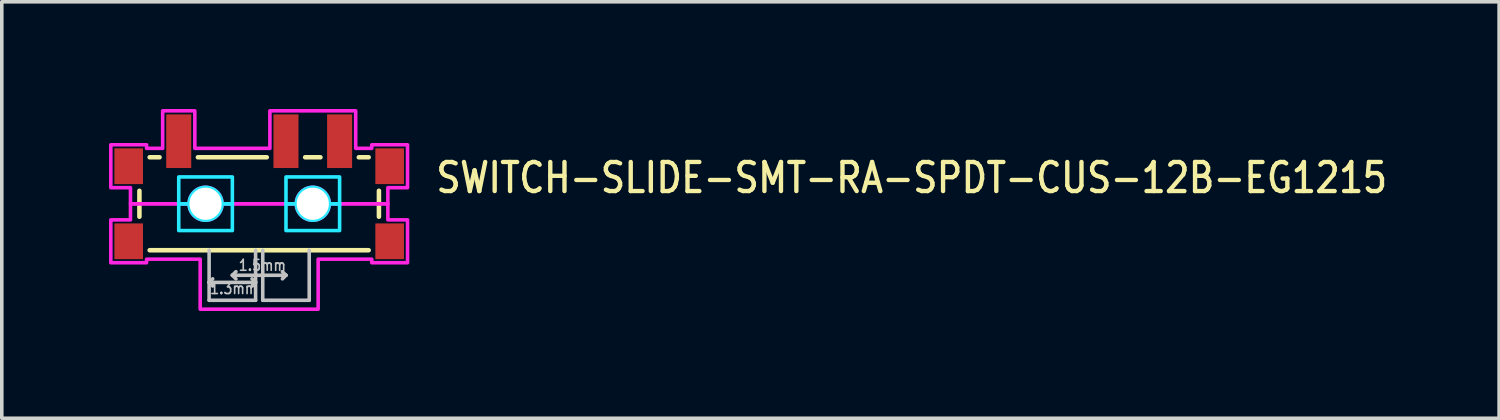
<source format=kicad_pcb>
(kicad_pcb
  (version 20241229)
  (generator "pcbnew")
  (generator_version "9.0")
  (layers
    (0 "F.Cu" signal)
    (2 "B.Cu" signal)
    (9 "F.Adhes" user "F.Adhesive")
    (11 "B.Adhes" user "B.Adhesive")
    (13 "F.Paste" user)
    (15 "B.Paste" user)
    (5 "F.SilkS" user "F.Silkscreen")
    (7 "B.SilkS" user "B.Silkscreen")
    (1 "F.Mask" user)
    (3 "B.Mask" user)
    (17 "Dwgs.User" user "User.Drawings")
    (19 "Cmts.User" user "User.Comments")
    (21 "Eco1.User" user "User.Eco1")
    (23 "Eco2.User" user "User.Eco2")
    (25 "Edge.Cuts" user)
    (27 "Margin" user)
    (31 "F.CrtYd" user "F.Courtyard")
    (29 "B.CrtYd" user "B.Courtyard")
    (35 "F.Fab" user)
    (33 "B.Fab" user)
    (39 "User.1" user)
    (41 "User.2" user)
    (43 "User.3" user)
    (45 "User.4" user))
  (footprint "SWITCH-SLIDE-SMT-RA-SPDT-CUS-12B-EG1215"
    (layer "F.Cu")
    (at 4.2 2.65)
    (property "Reference" "SWITCH-SLIDE-SMT-RA-SPDT-CUS-12B-EG1215" (at 4.886 -0.25 0) (unlocked yes) (layer "F.SilkS") (effects (font (size 0.813 0.695) (thickness 0.122)) (justify left bottom)))
    (fp_line (start -3.35 -0.363) (end -3.35 0.363) (stroke (width 0.127) (type solid)) (layer "F.SilkS"))
    (fp_line (start -3.063 1.3) (end 3.063 1.3) (stroke (width 0.127) (type solid)) (layer "F.SilkS"))
    (fp_line (start -2.787 -1.3) (end -3.063 -1.3) (stroke (width 0.127) (type solid)) (layer "F.SilkS"))
    (fp_line (start -1.714 -1.3) (end 0.213 -1.3) (stroke (width 0.127) (type solid)) (layer "F.SilkS"))
    (fp_line (start 1.714 -1.3) (end 1.286 -1.3) (stroke (width 0.127) (type solid)) (layer "F.SilkS"))
    (fp_line (start 3.063 -1.3) (end 2.787 -1.3) (stroke (width 0.127) (type solid)) (layer "F.SilkS"))
    (fp_line (start 3.35 -0.363) (end 3.35 0.363) (stroke (width 0.127) (type solid)) (layer "F.SilkS"))
    (fp_line (start -1.4 1.3) (end -1.4 2.7) (stroke (width 0.1) (type solid)) (layer "Dwgs.User"))
    (fp_line (start -1.4 2.2) (end -1.3 2.1) (stroke (width 0.1) (type solid)) (layer "Dwgs.User"))
    (fp_line (start -1.4 2.2) (end -1.3 2.3) (stroke (width 0.1) (type solid)) (layer "Dwgs.User"))
    (fp_line (start -1.4 2.2) (end -0.1 2.2) (stroke (width 0.1) (type solid)) (layer "Dwgs.User"))
    (fp_line (start -1.4 2.7) (end -0.1 2.7) (stroke (width 0.1) (type solid)) (layer "Dwgs.User"))
    (fp_line (start -0.75 2) (end -0.65 1.9) (stroke (width 0.1) (type solid)) (layer "Dwgs.User"))
    (fp_line (start -0.75 2) (end -0.65 2.1) (stroke (width 0.1) (type solid)) (layer "Dwgs.User"))
    (fp_line (start -0.75 2) (end 0.75 2) (stroke (width 0.1) (type solid)) (layer "Dwgs.User"))
    (fp_line (start -0.1 2.2) (end -0.2 2.1) (stroke (width 0.1) (type solid)) (layer "Dwgs.User"))
    (fp_line (start -0.1 2.2) (end -0.2 2.3) (stroke (width 0.1) (type solid)) (layer "Dwgs.User"))
    (fp_line (start -0.1 2.7) (end -0.1 1.3) (stroke (width 0.1) (type solid)) (layer "Dwgs.User"))
    (fp_line (start 0.1 1.3) (end 0.1 2.7) (stroke (width 0.1) (type solid)) (layer "Dwgs.User"))
    (fp_line (start 0.1 2.7) (end 1.4 2.7) (stroke (width 0.1) (type solid)) (layer "Dwgs.User"))
    (fp_line (start 0.75 2) (end 0.65 1.9) (stroke (width 0.1) (type solid)) (layer "Dwgs.User"))
    (fp_line (start 0.75 2) (end 0.65 2.1) (stroke (width 0.1) (type solid)) (layer "Dwgs.User"))
    (fp_line (start 1.4 2.7) (end 1.4 1.3) (stroke (width 0.1) (type solid)) (layer "Dwgs.User"))
    (fp_poly (pts (xy -0.75 -0.75) (xy -0.75 0) (xy -1.04 0) (xy -1.04 -0.000078) (xy -1.04 -0.007) (xy -1.04 -0.007) (xy -1.04 -0.014) (xy -1.04 -0.015) (xy -1.041 -0.022) (xy -1.041 -0.022) (xy -1.041 -0.029) (xy -1.041 -0.029) (xy -1.041 -0.036) (xy -1.041 -0.036) (xy -1.042 -0.043) (xy -1.042 -0.043) (xy -1.043 -0.05) (xy -1.043 -0.051) (xy -1.044 -0.058) (xy -1.044 -0.058) (xy -1.045 -0.065) (xy -1.045 -0.065) (xy -1.046 -0.072) (xy -1.046 -0.072) (xy -1.047 -0.079) (xy -1.047 -0.079) (xy -1.048 -0.086) (xy -1.048 -0.086) (xy -1.05 -0.093) (xy -1.05 -0.093) (xy -1.051 -0.1) (xy -1.051 -0.1) (xy -1.053 -0.107) (xy -1.053 -0.107) (xy -1.054 -0.114) (xy -1.054 -0.114) (xy -1.056 -0.121) (xy -1.056 -0.121) (xy -1.058 -0.128) (xy -1.058 -0.128) (xy -1.06 -0.135) (xy -1.06 -0.135) (xy -1.062 -0.142) (xy -1.063 -0.142) (xy -1.065 -0.149) (xy -1.065 -0.149) (xy -1.067 -0.156) (xy -1.067 -0.156) (xy -1.07 -0.163) (xy -1.07 -0.163) (xy -1.072 -0.169) (xy -1.072 -0.169) (xy -1.075 -0.176) (xy -1.075 -0.176) (xy -1.078 -0.183) (xy -1.078 -0.183) (xy -1.081 -0.189) (xy -1.081 -0.189) (xy -1.084 -0.196) (xy -1.084 -0.196) (xy -1.087 -0.202) (xy -1.087 -0.202) (xy -1.09 -0.209) (xy -1.09 -0.209) (xy -1.093 -0.215) (xy -1.094 -0.215) (xy -1.097 -0.222) (xy -1.097 -0.222) (xy -1.1 -0.228) (xy -1.1 -0.228) (xy -1.104 -0.234) (xy -1.104 -0.234) (xy -1.108 -0.24) (xy -1.108 -0.24) (xy -1.112 -0.246) (xy -1.112 -0.247) (xy -1.115 -0.252) (xy -1.116 -0.253) (xy -1.119 -0.258) (xy -1.12 -0.259) (xy -1.124 -0.264) (xy -1.124 -0.265) (xy -1.128 -0.27) (xy -1.128 -0.27) (xy -1.132 -0.276) (xy -1.132 -0.276) (xy -1.136 -0.282) (xy -1.137 -0.282) (xy -1.141 -0.288) (xy -1.141 -0.288) (xy -1.146 -0.293) (xy -1.146 -0.293) (xy -1.15 -0.299) (xy -1.15 -0.299) (xy -1.155 -0.304) (xy -1.155 -0.304) (xy -1.16 -0.31) (xy -1.16 -0.31) (xy -1.165 -0.315) (xy -1.165 -0.315) (xy -1.17 -0.32) (xy -1.17 -0.32) (xy -1.175 -0.325) (xy -1.175 -0.325) (xy -1.18 -0.33) (xy -1.18 -0.33) (xy -1.185 -0.335) (xy -1.185 -0.335) (xy -1.19 -0.34) (xy -1.19 -0.34) (xy -1.196 -0.345) (xy -1.196 -0.345) (xy -1.201 -0.35) (xy -1.201 -0.35) (xy -1.207 -0.354) (xy -1.207 -0.354) (xy -1.212 -0.359) (xy -1.212 -0.359) (xy -1.218 -0.363) (xy -1.218 -0.364) (xy -1.224 -0.368) (xy -1.224 -0.368) (xy -1.23 -0.372) (xy -1.23 -0.372) (xy -1.235 -0.376) (xy -1.236 -0.376) (xy -1.241 -0.38) (xy -1.242 -0.381) (xy -1.247 -0.384) (xy -1.248 -0.385) (xy -1.253 -0.388) (xy -1.254 -0.388) (xy -1.26 -0.392) (xy -1.26 -0.392) (xy -1.266 -0.396) (xy -1.266 -0.396) (xy -1.272 -0.4) (xy -1.272 -0.4) (xy -1.278 -0.403) (xy -1.278 -0.403) (xy -1.285 -0.406) (xy -1.285 -0.407) (xy -1.291 -0.41) (xy -1.291 -0.41) (xy -1.298 -0.413) (xy -1.298 -0.413) (xy -1.304 -0.416) (xy -1.304 -0.416) (xy -1.311 -0.419) (xy -1.311 -0.419) (xy -1.317 -0.422) (xy -1.317 -0.422) (xy -1.324 -0.425) (xy -1.324 -0.425) (xy -1.331 -0.428) (xy -1.331 -0.428) (xy -1.337 -0.43) (xy -1.337 -0.43) (xy -1.344 -0.433) (xy -1.344 -0.433) (xy -1.351 -0.435) (xy -1.351 -0.435) (xy -1.358 -0.437) (xy -1.358 -0.438) (xy -1.365 -0.44) (xy -1.365 -0.44) (xy -1.372 -0.442) (xy -1.372 -0.442) (xy -1.379 -0.444) (xy -1.379 -0.444) (xy -1.386 -0.446) (xy -1.386 -0.446) (xy -1.393 -0.447) (xy -1.393 -0.447) (xy -1.4 -0.449) (xy -1.4 -0.449) (xy -1.407 -0.45) (xy -1.407 -0.45) (xy -1.414 -0.452) (xy -1.414 -0.452) (xy -1.421 -0.453) (xy -1.421 -0.453) (xy -1.428 -0.454) (xy -1.428 -0.454) (xy -1.435 -0.455) (xy -1.435 -0.455) (xy -1.442 -0.456) (xy -1.442 -0.456) (xy -1.449 -0.457) (xy -1.45 -0.457) (xy -1.457 -0.458) (xy -1.457 -0.458) (xy -1.464 -0.459) (xy -1.464 -0.459) (xy -1.471 -0.459) (xy -1.471 -0.459) (xy -1.478 -0.459) (xy -1.478 -0.459) (xy -1.485 -0.46) (xy -1.486 -0.46) (xy -1.493 -0.46) (xy -1.493 -0.46) (xy -1.5 -0.46) (xy -1.5 -0.46) (xy -1.507 -0.46) (xy -1.507 -0.46) (xy -1.514 -0.46) (xy -1.515 -0.46) (xy -1.522 -0.459) (xy -1.522 -0.459) (xy -1.529 -0.459) (xy -1.529 -0.459) (xy -1.536 -0.459) (xy -1.536 -0.459) (xy -1.543 -0.458) (xy -1.543 -0.458) (xy -1.55 -0.457) (xy -1.551 -0.457) (xy -1.558 -0.456) (xy -1.558 -0.456) (xy -1.565 -0.455) (xy -1.565 -0.455) (xy -1.572 -0.454) (xy -1.572 -0.454) (xy -1.579 -0.453) (xy -1.579 -0.453) (xy -1.586 -0.452) (xy -1.586 -0.452) (xy -1.593 -0.45) (xy -1.593 -0.45) (xy -1.6 -0.449) (xy -1.6 -0.449) (xy -1.607 -0.447) (xy -1.607 -0.447) (xy -1.614 -0.446) (xy -1.614 -0.446) (xy -1.621 -0.444) (xy -1.621 -0.444) (xy -1.628 -0.442) (xy -1.628 -0.442) (xy -1.635 -0.44) (xy -1.635 -0.44) (xy -1.642 -0.438) (xy -1.642 -0.437) (xy -1.649 -0.435) (xy -1.649 -0.435) (xy -1.656 -0.433) (xy -1.656 -0.433) (xy -1.663 -0.43) (xy -1.663 -0.43) (xy -1.669 -0.428) (xy -1.669 -0.428) (xy -1.676 -0.425) (xy -1.676 -0.425) (xy -1.683 -0.422) (xy -1.683 -0.422) (xy -1.689 -0.419) (xy -1.689 -0.419) (xy -1.696 -0.416) (xy -1.696 -0.416) (xy -1.702 -0.413) (xy -1.702 -0.413) (xy -1.709 -0.41) (xy -1.709 -0.41) (xy -1.715 -0.407) (xy -1.715 -0.406) (xy -1.722 -0.403) (xy -1.722 -0.403) (xy -1.728 -0.4) (xy -1.728 -0.4) (xy -1.734 -0.396) (xy -1.734 -0.396) (xy -1.74 -0.392) (xy -1.74 -0.392) (xy -1.746 -0.388) (xy -1.747 -0.388) (xy -1.752 -0.385) (xy -1.753 -0.384) (xy -1.758 -0.381) (xy -1.759 -0.38) (xy -1.764 -0.376) (xy -1.765 -0.376) (xy -1.77 -0.372) (xy -1.77 -0.372) (xy -1.776 -0.368) (xy -1.776 -0.368) (xy -1.782 -0.364) (xy -1.782 -0.363) (xy -1.788 -0.359) (xy -1.788 -0.359) (xy -1.793 -0.354) (xy -1.793 -0.354) (xy -1.799 -0.35) (xy -1.799 -0.35) (xy -1.804 -0.345) (xy -1.804 -0.345) (xy -1.81 -0.34) (xy -1.81 -0.34) (xy -1.815 -0.335) (xy -1.815 -0.335) (xy -1.82 -0.33) (xy -1.82 -0.33) (xy -1.825 -0.325) (xy -1.825 -0.325) (xy -1.83 -0.32) (xy -1.83 -0.32) (xy -1.835 -0.315) (xy -1.835 -0.315) (xy -1.84 -0.31) (xy -1.84 -0.31) (xy -1.845 -0.304) (xy -1.845 -0.304) (xy -1.85 -0.299) (xy -1.85 -0.299) (xy -1.854 -0.293) (xy -1.854 -0.293) (xy -1.859 -0.288) (xy -1.859 -0.288) (xy -1.863 -0.282) (xy -1.864 -0.282) (xy -1.868 -0.276) (xy -1.868 -0.276) (xy -1.872 -0.27) (xy -1.872 -0.27) (xy -1.876 -0.265) (xy -1.876 -0.264) (xy -1.88 -0.259) (xy -1.881 -0.258) (xy -1.884 -0.253) (xy -1.885 -0.252) (xy -1.888 -0.247) (xy -1.888 -0.246) (xy -1.892 -0.24) (xy -1.892 -0.24) (xy -1.896 -0.234) (xy -1.896 -0.234) (xy -1.9 -0.228) (xy -1.9 -0.228) (xy -1.903 -0.222) (xy -1.903 -0.222) (xy -1.906 -0.215) (xy -1.907 -0.215) (xy -1.91 -0.209) (xy -1.91 -0.209) (xy -1.913 -0.202) (xy -1.913 -0.202) (xy -1.916 -0.196) (xy -1.916 -0.196) (xy -1.919 -0.189) (xy -1.919 -0.189) (xy -1.922 -0.183) (xy -1.922 -0.183) (xy -1.925 -0.176) (xy -1.925 -0.176) (xy -1.928 -0.169) (xy -1.928 -0.169) (xy -1.93 -0.163) (xy -1.93 -0.163) (xy -1.933 -0.156) (xy -1.933 -0.156) (xy -1.935 -0.149) (xy -1.935 -0.149) (xy -1.937 -0.142) (xy -1.938 -0.142) (xy -1.94 -0.135) (xy -1.94 -0.135) (xy -1.942 -0.128) (xy -1.942 -0.128) (xy -1.944 -0.121) (xy -1.944 -0.121) (xy -1.946 -0.114) (xy -1.946 -0.114) (xy -1.947 -0.107) (xy -1.947 -0.107) (xy -1.949 -0.1) (xy -1.949 -0.1) (xy -1.95 -0.093) (xy -1.95 -0.093) (xy -1.952 -0.086) (xy -1.952 -0.086) (xy -1.953 -0.079) (xy -1.953 -0.079) (xy -1.954 -0.072) (xy -1.954 -0.072) (xy -1.955 -0.065) (xy -1.955 -0.065) (xy -1.956 -0.058) (xy -1.956 -0.058) (xy -1.957 -0.051) (xy -1.957 -0.05) (xy -1.958 -0.043) (xy -1.958 -0.043) (xy -1.959 -0.036) (xy -1.959 -0.036) (xy -1.959 -0.029) (xy -1.959 -0.029) (xy -1.959 -0.022) (xy -1.959 -0.022) (xy -1.96 -0.015) (xy -1.96 -0.014) (xy -1.96 -0.007) (xy -1.96 -0.007) (xy -1.96 -0.000078) (xy -1.96 0) (xy -2.25 0) (xy -2.25 -0.75)) (stroke (width 0.1) (type solid)) (fill no) (layer "B.CrtYd"))
    (fp_poly (pts (xy -0.75 0) (xy -0.75 0.75) (xy -2.25 0.75) (xy -2.25 0) (xy -1.96 0) (xy -1.96 0.000078) (xy -1.96 0.007) (xy -1.96 0.007) (xy -1.96 0.014) (xy -1.96 0.015) (xy -1.959 0.022) (xy -1.959 0.022) (xy -1.959 0.029) (xy -1.959 0.029) (xy -1.959 0.036) (xy -1.959 0.036) (xy -1.958 0.043) (xy -1.958 0.043) (xy -1.957 0.05) (xy -1.957 0.051) (xy -1.956 0.058) (xy -1.956 0.058) (xy -1.955 0.065) (xy -1.955 0.065) (xy -1.954 0.072) (xy -1.954 0.072) (xy -1.953 0.079) (xy -1.953 0.079) (xy -1.952 0.086) (xy -1.952 0.086) (xy -1.95 0.093) (xy -1.95 0.093) (xy -1.949 0.1) (xy -1.949 0.1) (xy -1.947 0.107) (xy -1.947 0.107) (xy -1.946 0.114) (xy -1.946 0.114) (xy -1.944 0.121) (xy -1.944 0.121) (xy -1.942 0.128) (xy -1.942 0.128) (xy -1.94 0.135) (xy -1.94 0.135) (xy -1.938 0.142) (xy -1.937 0.142) (xy -1.935 0.149) (xy -1.935 0.149) (xy -1.933 0.156) (xy -1.933 0.156) (xy -1.93 0.163) (xy -1.93 0.163) (xy -1.928 0.169) (xy -1.928 0.169) (xy -1.925 0.176) (xy -1.925 0.176) (xy -1.922 0.183) (xy -1.922 0.183) (xy -1.919 0.189) (xy -1.919 0.189) (xy -1.916 0.196) (xy -1.916 0.196) (xy -1.913 0.202) (xy -1.913 0.202) (xy -1.91 0.209) (xy -1.91 0.209) (xy -1.907 0.215) (xy -1.906 0.215) (xy -1.903 0.222) (xy -1.903 0.222) (xy -1.9 0.228) (xy -1.9 0.228) (xy -1.896 0.234) (xy -1.896 0.234) (xy -1.892 0.24) (xy -1.892 0.24) (xy -1.888 0.246) (xy -1.888 0.247) (xy -1.885 0.252) (xy -1.884 0.253) (xy -1.881 0.258) (xy -1.88 0.259) (xy -1.876 0.264) (xy -1.876 0.265) (xy -1.872 0.27) (xy -1.872 0.27) (xy -1.868 0.276) (xy -1.868 0.276) (xy -1.864 0.282) (xy -1.863 0.282) (xy -1.859 0.288) (xy -1.859 0.288) (xy -1.854 0.293) (xy -1.854 0.293) (xy -1.85 0.299) (xy -1.85 0.299) (xy -1.845 0.304) (xy -1.845 0.304) (xy -1.84 0.31) (xy -1.84 0.31) (xy -1.835 0.315) (xy -1.835 0.315) (xy -1.83 0.32) (xy -1.83 0.32) (xy -1.825 0.325) (xy -1.825 0.325) (xy -1.82 0.33) (xy -1.82 0.33) (xy -1.815 0.335) (xy -1.815 0.335) (xy -1.81 0.34) (xy -1.81 0.34) (xy -1.804 0.345) (xy -1.804 0.345) (xy -1.799 0.35) (xy -1.799 0.35) (xy -1.793 0.354) (xy -1.793 0.354) (xy -1.788 0.359) (xy -1.788 0.359) (xy -1.782 0.363) (xy -1.782 0.364) (xy -1.776 0.368) (xy -1.776 0.368) (xy -1.77 0.372) (xy -1.77 0.372) (xy -1.765 0.376) (xy -1.764 0.376) (xy -1.759 0.38) (xy -1.758 0.381) (xy -1.753 0.384) (xy -1.752 0.385) (xy -1.747 0.388) (xy -1.746 0.388) (xy -1.74 0.392) (xy -1.74 0.392) (xy -1.734 0.396) (xy -1.734 0.396) (xy -1.728 0.4) (xy -1.728 0.4) (xy -1.722 0.403) (xy -1.722 0.403) (xy -1.715 0.406) (xy -1.715 0.407) (xy -1.709 0.41) (xy -1.709 0.41) (xy -1.702 0.413) (xy -1.702 0.413) (xy -1.696 0.416) (xy -1.696 0.416) (xy -1.689 0.419) (xy -1.689 0.419) (xy -1.683 0.422) (xy -1.683 0.422) (xy -1.676 0.425) (xy -1.676 0.425) (xy -1.669 0.428) (xy -1.669 0.428) (xy -1.663 0.43) (xy -1.663 0.43) (xy -1.656 0.433) (xy -1.656 0.433) (xy -1.649 0.435) (xy -1.649 0.435) (xy -1.642 0.437) (xy -1.642 0.438) (xy -1.635 0.44) (xy -1.635 0.44) (xy -1.628 0.442) (xy -1.628 0.442) (xy -1.621 0.444) (xy -1.621 0.444) (xy -1.614 0.446) (xy -1.614 0.446) (xy -1.607 0.447) (xy -1.607 0.447) (xy -1.6 0.449) (xy -1.6 0.449) (xy -1.593 0.45) (xy -1.593 0.45) (xy -1.586 0.452) (xy -1.586 0.452) (xy -1.579 0.453) (xy -1.579 0.453) (xy -1.572 0.454) (xy -1.572 0.454) (xy -1.565 0.455) (xy -1.565 0.455) (xy -1.558 0.456) (xy -1.558 0.456) (xy -1.551 0.457) (xy -1.55 0.457) (xy -1.543 0.458) (xy -1.543 0.458) (xy -1.536 0.459) (xy -1.536 0.459) (xy -1.529 0.459) (xy -1.529 0.459) (xy -1.522 0.459) (xy -1.522 0.459) (xy -1.515 0.46) (xy -1.514 0.46) (xy -1.507 0.46) (xy -1.507 0.46) (xy -1.5 0.46) (xy -1.5 0.46) (xy -1.493 0.46) (xy -1.493 0.46) (xy -1.486 0.46) (xy -1.485 0.46) (xy -1.478 0.459) (xy -1.478 0.459) (xy -1.471 0.459) (xy -1.471 0.459) (xy -1.464 0.459) (xy -1.464 0.459) (xy -1.457 0.458) (xy -1.457 0.458) (xy -1.45 0.457) (xy -1.449 0.457) (xy -1.442 0.456) (xy -1.442 0.456) (xy -1.435 0.455) (xy -1.435 0.455) (xy -1.428 0.454) (xy -1.428 0.454) (xy -1.421 0.453) (xy -1.421 0.453) (xy -1.414 0.452) (xy -1.414 0.452) (xy -1.407 0.45) (xy -1.407 0.45) (xy -1.4 0.449) (xy -1.4 0.449) (xy -1.393 0.447) (xy -1.393 0.447) (xy -1.386 0.446) (xy -1.386 0.446) (xy -1.379 0.444) (xy -1.379 0.444) (xy -1.372 0.442) (xy -1.372 0.442) (xy -1.365 0.44) (xy -1.365 0.44) (xy -1.358 0.438) (xy -1.358 0.437) (xy -1.351 0.435) (xy -1.351 0.435) (xy -1.344 0.433) (xy -1.344 0.433) (xy -1.337 0.43) (xy -1.337 0.43) (xy -1.331 0.428) (xy -1.331 0.428) (xy -1.324 0.425) (xy -1.324 0.425) (xy -1.317 0.422) (xy -1.317 0.422) (xy -1.311 0.419) (xy -1.311 0.419) (xy -1.304 0.416) (xy -1.304 0.416) (xy -1.298 0.413) (xy -1.298 0.413) (xy -1.291 0.41) (xy -1.291 0.41) (xy -1.285 0.407) (xy -1.285 0.406) (xy -1.278 0.403) (xy -1.278 0.403) (xy -1.272 0.4) (xy -1.272 0.4) (xy -1.266 0.396) (xy -1.266 0.396) (xy -1.26 0.392) (xy -1.26 0.392) (xy -1.254 0.388) (xy -1.253 0.388) (xy -1.248 0.385) (xy -1.247 0.384) (xy -1.242 0.381) (xy -1.241 0.38) (xy -1.236 0.376) (xy -1.235 0.376) (xy -1.23 0.372) (xy -1.23 0.372) (xy -1.224 0.368) (xy -1.224 0.368) (xy -1.218 0.364) (xy -1.218 0.363) (xy -1.212 0.359) (xy -1.212 0.359) (xy -1.207 0.354) (xy -1.207 0.354) (xy -1.201 0.35) (xy -1.201 0.35) (xy -1.196 0.345) (xy -1.196 0.345) (xy -1.19 0.34) (xy -1.19 0.34) (xy -1.185 0.335) (xy -1.185 0.335) (xy -1.18 0.33) (xy -1.18 0.33) (xy -1.175 0.325) (xy -1.175 0.325) (xy -1.17 0.32) (xy -1.17 0.32) (xy -1.165 0.315) (xy -1.165 0.315) (xy -1.16 0.31) (xy -1.16 0.31) (xy -1.155 0.304) (xy -1.155 0.304) (xy -1.15 0.299) (xy -1.15 0.299) (xy -1.146 0.293) (xy -1.146 0.293) (xy -1.141 0.288) (xy -1.141 0.288) (xy -1.137 0.282) (xy -1.136 0.282) (xy -1.132 0.276) (xy -1.132 0.276) (xy -1.128 0.27) (xy -1.128 0.27) (xy -1.124 0.265) (xy -1.124 0.264) (xy -1.12 0.259) (xy -1.119 0.258) (xy -1.116 0.253) (xy -1.115 0.252) (xy -1.112 0.247) (xy -1.112 0.246) (xy -1.108 0.24) (xy -1.108 0.24) (xy -1.104 0.234) (xy -1.104 0.234) (xy -1.1 0.228) (xy -1.1 0.228) (xy -1.097 0.222) (xy -1.097 0.222) (xy -1.094 0.215) (xy -1.093 0.215) (xy -1.09 0.209) (xy -1.09 0.209) (xy -1.087 0.202) (xy -1.087 0.202) (xy -1.084 0.196) (xy -1.084 0.196) (xy -1.081 0.189) (xy -1.081 0.189) (xy -1.078 0.183) (xy -1.078 0.183) (xy -1.075 0.176) (xy -1.075 0.176) (xy -1.072 0.169) (xy -1.072 0.169) (xy -1.07 0.163) (xy -1.07 0.163) (xy -1.067 0.156) (xy -1.067 0.156) (xy -1.065 0.149) (xy -1.065 0.149) (xy -1.063 0.142) (xy -1.062 0.142) (xy -1.06 0.135) (xy -1.06 0.135) (xy -1.058 0.128) (xy -1.058 0.128) (xy -1.056 0.121) (xy -1.056 0.121) (xy -1.054 0.114) (xy -1.054 0.114) (xy -1.053 0.107) (xy -1.053 0.107) (xy -1.051 0.1) (xy -1.051 0.1) (xy -1.05 0.093) (xy -1.05 0.093) (xy -1.048 0.086) (xy -1.048 0.086) (xy -1.047 0.079) (xy -1.047 0.079) (xy -1.046 0.072) (xy -1.046 0.072) (xy -1.045 0.065) (xy -1.045 0.065) (xy -1.044 0.058) (xy -1.044 0.058) (xy -1.043 0.051) (xy -1.043 0.05) (xy -1.042 0.043) (xy -1.042 0.043) (xy -1.041 0.036) (xy -1.041 0.036) (xy -1.041 0.029) (xy -1.041 0.029) (xy -1.041 0.022) (xy -1.041 0.022) (xy -1.04 0.015) (xy -1.04 0.014) (xy -1.04 0.007) (xy -1.04 0.007) (xy -1.04 0.000078) (xy -1.04 0)) (stroke (width 0.1) (type solid)) (fill no) (layer "B.CrtYd"))
    (fp_poly (pts (xy 2.25 -0.75) (xy 2.25 0) (xy 1.96 0) (xy 1.96 -0.000078) (xy 1.96 -0.007) (xy 1.96 -0.007) (xy 1.96 -0.014) (xy 1.96 -0.015) (xy 1.959 -0.022) (xy 1.959 -0.022) (xy 1.959 -0.029) (xy 1.959 -0.029) (xy 1.959 -0.036) (xy 1.959 -0.036) (xy 1.958 -0.043) (xy 1.958 -0.043) (xy 1.957 -0.05) (xy 1.957 -0.051) (xy 1.956 -0.058) (xy 1.956 -0.058) (xy 1.955 -0.065) (xy 1.955 -0.065) (xy 1.954 -0.072) (xy 1.954 -0.072) (xy 1.953 -0.079) (xy 1.953 -0.079) (xy 1.952 -0.086) (xy 1.952 -0.086) (xy 1.95 -0.093) (xy 1.95 -0.093) (xy 1.949 -0.1) (xy 1.949 -0.1) (xy 1.947 -0.107) (xy 1.947 -0.107) (xy 1.946 -0.114) (xy 1.946 -0.114) (xy 1.944 -0.121) (xy 1.944 -0.121) (xy 1.942 -0.128) (xy 1.942 -0.128) (xy 1.94 -0.135) (xy 1.94 -0.135) (xy 1.938 -0.142) (xy 1.937 -0.142) (xy 1.935 -0.149) (xy 1.935 -0.149) (xy 1.933 -0.156) (xy 1.933 -0.156) (xy 1.93 -0.163) (xy 1.93 -0.163) (xy 1.928 -0.169) (xy 1.928 -0.169) (xy 1.925 -0.176) (xy 1.925 -0.176) (xy 1.922 -0.183) (xy 1.922 -0.183) (xy 1.919 -0.189) (xy 1.919 -0.189) (xy 1.916 -0.196) (xy 1.916 -0.196) (xy 1.913 -0.202) (xy 1.913 -0.202) (xy 1.91 -0.209) (xy 1.91 -0.209) (xy 1.907 -0.215) (xy 1.906 -0.215) (xy 1.903 -0.222) (xy 1.903 -0.222) (xy 1.9 -0.228) (xy 1.9 -0.228) (xy 1.896 -0.234) (xy 1.896 -0.234) (xy 1.892 -0.24) (xy 1.892 -0.24) (xy 1.888 -0.246) (xy 1.888 -0.247) (xy 1.885 -0.252) (xy 1.884 -0.253) (xy 1.881 -0.258) (xy 1.88 -0.259) (xy 1.876 -0.264) (xy 1.876 -0.265) (xy 1.872 -0.27) (xy 1.872 -0.27) (xy 1.868 -0.276) (xy 1.868 -0.276) (xy 1.864 -0.282) (xy 1.863 -0.282) (xy 1.859 -0.288) (xy 1.859 -0.288) (xy 1.854 -0.293) (xy 1.854 -0.293) (xy 1.85 -0.299) (xy 1.85 -0.299) (xy 1.845 -0.304) (xy 1.845 -0.304) (xy 1.84 -0.31) (xy 1.84 -0.31) (xy 1.835 -0.315) (xy 1.835 -0.315) (xy 1.83 -0.32) (xy 1.83 -0.32) (xy 1.825 -0.325) (xy 1.825 -0.325) (xy 1.82 -0.33) (xy 1.82 -0.33) (xy 1.815 -0.335) (xy 1.815 -0.335) (xy 1.81 -0.34) (xy 1.81 -0.34) (xy 1.804 -0.345) (xy 1.804 -0.345) (xy 1.799 -0.35) (xy 1.799 -0.35) (xy 1.793 -0.354) (xy 1.793 -0.354) (xy 1.788 -0.359) (xy 1.788 -0.359) (xy 1.782 -0.363) (xy 1.782 -0.364) (xy 1.776 -0.368) (xy 1.776 -0.368) (xy 1.77 -0.372) (xy 1.77 -0.372) (xy 1.765 -0.376) (xy 1.764 -0.376) (xy 1.759 -0.38) (xy 1.758 -0.381) (xy 1.753 -0.384) (xy 1.752 -0.385) (xy 1.747 -0.388) (xy 1.746 -0.388) (xy 1.74 -0.392) (xy 1.74 -0.392) (xy 1.734 -0.396) (xy 1.734 -0.396) (xy 1.728 -0.4) (xy 1.728 -0.4) (xy 1.722 -0.403) (xy 1.722 -0.403) (xy 1.715 -0.406) (xy 1.715 -0.407) (xy 1.709 -0.41) (xy 1.709 -0.41) (xy 1.702 -0.413) (xy 1.702 -0.413) (xy 1.696 -0.416) (xy 1.696 -0.416) (xy 1.689 -0.419) (xy 1.689 -0.419) (xy 1.683 -0.422) (xy 1.683 -0.422) (xy 1.676 -0.425) (xy 1.676 -0.425) (xy 1.669 -0.428) (xy 1.669 -0.428) (xy 1.663 -0.43) (xy 1.663 -0.43) (xy 1.656 -0.433) (xy 1.656 -0.433) (xy 1.649 -0.435) (xy 1.649 -0.435) (xy 1.642 -0.437) (xy 1.642 -0.438) (xy 1.635 -0.44) (xy 1.635 -0.44) (xy 1.628 -0.442) (xy 1.628 -0.442) (xy 1.621 -0.444) (xy 1.621 -0.444) (xy 1.614 -0.446) (xy 1.614 -0.446) (xy 1.607 -0.447) (xy 1.607 -0.447) (xy 1.6 -0.449) (xy 1.6 -0.449) (xy 1.593 -0.45) (xy 1.593 -0.45) (xy 1.586 -0.452) (xy 1.586 -0.452) (xy 1.579 -0.453) (xy 1.579 -0.453) (xy 1.572 -0.454) (xy 1.572 -0.454) (xy 1.565 -0.455) (xy 1.565 -0.455) (xy 1.558 -0.456) (xy 1.558 -0.456) (xy 1.551 -0.457) (xy 1.55 -0.457) (xy 1.543 -0.458) (xy 1.543 -0.458) (xy 1.536 -0.459) (xy 1.536 -0.459) (xy 1.529 -0.459) (xy 1.529 -0.459) (xy 1.522 -0.459) (xy 1.522 -0.459) (xy 1.515 -0.46) (xy 1.514 -0.46) (xy 1.507 -0.46) (xy 1.507 -0.46) (xy 1.5 -0.46) (xy 1.5 -0.46) (xy 1.493 -0.46) (xy 1.493 -0.46) (xy 1.486 -0.46) (xy 1.485 -0.46) (xy 1.478 -0.459) (xy 1.478 -0.459) (xy 1.471 -0.459) (xy 1.471 -0.459) (xy 1.464 -0.459) (xy 1.464 -0.459) (xy 1.457 -0.458) (xy 1.457 -0.458) (xy 1.45 -0.457) (xy 1.449 -0.457) (xy 1.442 -0.456) (xy 1.442 -0.456) (xy 1.435 -0.455) (xy 1.435 -0.455) (xy 1.428 -0.454) (xy 1.428 -0.454) (xy 1.421 -0.453) (xy 1.421 -0.453) (xy 1.414 -0.452) (xy 1.414 -0.452) (xy 1.407 -0.45) (xy 1.407 -0.45) (xy 1.4 -0.449) (xy 1.4 -0.449) (xy 1.393 -0.447) (xy 1.393 -0.447) (xy 1.386 -0.446) (xy 1.386 -0.446) (xy 1.379 -0.444) (xy 1.379 -0.444) (xy 1.372 -0.442) (xy 1.372 -0.442) (xy 1.365 -0.44) (xy 1.365 -0.44) (xy 1.358 -0.438) (xy 1.358 -0.437) (xy 1.351 -0.435) (xy 1.351 -0.435) (xy 1.344 -0.433) (xy 1.344 -0.433) (xy 1.337 -0.43) (xy 1.337 -0.43) (xy 1.331 -0.428) (xy 1.331 -0.428) (xy 1.324 -0.425) (xy 1.324 -0.425) (xy 1.317 -0.422) (xy 1.317 -0.422) (xy 1.311 -0.419) (xy 1.311 -0.419) (xy 1.304 -0.416) (xy 1.304 -0.416) (xy 1.298 -0.413) (xy 1.298 -0.413) (xy 1.291 -0.41) (xy 1.291 -0.41) (xy 1.285 -0.407) (xy 1.285 -0.406) (xy 1.278 -0.403) (xy 1.278 -0.403) (xy 1.272 -0.4) (xy 1.272 -0.4) (xy 1.266 -0.396) (xy 1.266 -0.396) (xy 1.26 -0.392) (xy 1.26 -0.392) (xy 1.254 -0.388) (xy 1.253 -0.388) (xy 1.248 -0.385) (xy 1.247 -0.384) (xy 1.242 -0.381) (xy 1.241 -0.38) (xy 1.236 -0.376) (xy 1.235 -0.376) (xy 1.23 -0.372) (xy 1.23 -0.372) (xy 1.224 -0.368) (xy 1.224 -0.368) (xy 1.218 -0.364) (xy 1.218 -0.363) (xy 1.212 -0.359) (xy 1.212 -0.359) (xy 1.207 -0.354) (xy 1.207 -0.354) (xy 1.201 -0.35) (xy 1.201 -0.35) (xy 1.196 -0.345) (xy 1.196 -0.345) (xy 1.19 -0.34) (xy 1.19 -0.34) (xy 1.185 -0.335) (xy 1.185 -0.335) (xy 1.18 -0.33) (xy 1.18 -0.33) (xy 1.175 -0.325) (xy 1.175 -0.325) (xy 1.17 -0.32) (xy 1.17 -0.32) (xy 1.165 -0.315) (xy 1.165 -0.315) (xy 1.16 -0.31) (xy 1.16 -0.31) (xy 1.155 -0.304) (xy 1.155 -0.304) (xy 1.15 -0.299) (xy 1.15 -0.299) (xy 1.146 -0.293) (xy 1.146 -0.293) (xy 1.141 -0.288) (xy 1.141 -0.288) (xy 1.137 -0.282) (xy 1.136 -0.282) (xy 1.132 -0.276) (xy 1.132 -0.276) (xy 1.128 -0.27) (xy 1.128 -0.27) (xy 1.124 -0.265) (xy 1.124 -0.264) (xy 1.12 -0.259) (xy 1.119 -0.258) (xy 1.116 -0.253) (xy 1.115 -0.252) (xy 1.112 -0.247) (xy 1.112 -0.246) (xy 1.108 -0.24) (xy 1.108 -0.24) (xy 1.104 -0.234) (xy 1.104 -0.234) (xy 1.1 -0.228) (xy 1.1 -0.228) (xy 1.097 -0.222) (xy 1.097 -0.222) (xy 1.094 -0.215) (xy 1.093 -0.215) (xy 1.09 -0.209) (xy 1.09 -0.209) (xy 1.087 -0.202) (xy 1.087 -0.202) (xy 1.084 -0.196) (xy 1.084 -0.196) (xy 1.081 -0.189) (xy 1.081 -0.189) (xy 1.078 -0.183) (xy 1.078 -0.183) (xy 1.075 -0.176) (xy 1.075 -0.176) (xy 1.072 -0.169) (xy 1.072 -0.169) (xy 1.07 -0.163) (xy 1.07 -0.163) (xy 1.067 -0.156) (xy 1.067 -0.156) (xy 1.065 -0.149) (xy 1.065 -0.149) (xy 1.063 -0.142) (xy 1.062 -0.142) (xy 1.06 -0.135) (xy 1.06 -0.135) (xy 1.058 -0.128) (xy 1.058 -0.128) (xy 1.056 -0.121) (xy 1.056 -0.121) (xy 1.054 -0.114) (xy 1.054 -0.114) (xy 1.053 -0.107) (xy 1.053 -0.107) (xy 1.051 -0.1) (xy 1.051 -0.1) (xy 1.05 -0.093) (xy 1.05 -0.093) (xy 1.048 -0.086) (xy 1.048 -0.086) (xy 1.047 -0.079) (xy 1.047 -0.079) (xy 1.046 -0.072) (xy 1.046 -0.072) (xy 1.045 -0.065) (xy 1.045 -0.065) (xy 1.044 -0.058) (xy 1.044 -0.058) (xy 1.043 -0.051) (xy 1.043 -0.05) (xy 1.042 -0.043) (xy 1.042 -0.043) (xy 1.041 -0.036) (xy 1.041 -0.036) (xy 1.041 -0.029) (xy 1.041 -0.029) (xy 1.041 -0.022) (xy 1.041 -0.022) (xy 1.04 -0.015) (xy 1.04 -0.014) (xy 1.04 -0.007) (xy 1.04 -0.007) (xy 1.04 -0.000078) (xy 1.04 0) (xy 0.75 0) (xy 0.75 -0.75)) (stroke (width 0.1) (type solid)) (fill no) (layer "B.CrtYd"))
    (fp_poly (pts (xy 2.25 0) (xy 2.25 0.75) (xy 0.75 0.75) (xy 0.75 0) (xy 1.04 0) (xy 1.04 0.000078) (xy 1.04 0.007) (xy 1.04 0.007) (xy 1.04 0.014) (xy 1.04 0.015) (xy 1.041 0.022) (xy 1.041 0.022) (xy 1.041 0.029) (xy 1.041 0.029) (xy 1.041 0.036) (xy 1.041 0.036) (xy 1.042 0.043) (xy 1.042 0.043) (xy 1.043 0.05) (xy 1.043 0.051) (xy 1.044 0.058) (xy 1.044 0.058) (xy 1.045 0.065) (xy 1.045 0.065) (xy 1.046 0.072) (xy 1.046 0.072) (xy 1.047 0.079) (xy 1.047 0.079) (xy 1.048 0.086) (xy 1.048 0.086) (xy 1.05 0.093) (xy 1.05 0.093) (xy 1.051 0.1) (xy 1.051 0.1) (xy 1.053 0.107) (xy 1.053 0.107) (xy 1.054 0.114) (xy 1.054 0.114) (xy 1.056 0.121) (xy 1.056 0.121) (xy 1.058 0.128) (xy 1.058 0.128) (xy 1.06 0.135) (xy 1.06 0.135) (xy 1.062 0.142) (xy 1.063 0.142) (xy 1.065 0.149) (xy 1.065 0.149) (xy 1.067 0.156) (xy 1.067 0.156) (xy 1.07 0.163) (xy 1.07 0.163) (xy 1.072 0.169) (xy 1.072 0.169) (xy 1.075 0.176) (xy 1.075 0.176) (xy 1.078 0.183) (xy 1.078 0.183) (xy 1.081 0.189) (xy 1.081 0.189) (xy 1.084 0.196) (xy 1.084 0.196) (xy 1.087 0.202) (xy 1.087 0.202) (xy 1.09 0.209) (xy 1.09 0.209) (xy 1.093 0.215) (xy 1.094 0.215) (xy 1.097 0.222) (xy 1.097 0.222) (xy 1.1 0.228) (xy 1.1 0.228) (xy 1.104 0.234) (xy 1.104 0.234) (xy 1.108 0.24) (xy 1.108 0.24) (xy 1.112 0.246) (xy 1.112 0.247) (xy 1.115 0.252) (xy 1.116 0.253) (xy 1.119 0.258) (xy 1.12 0.259) (xy 1.124 0.264) (xy 1.124 0.265) (xy 1.128 0.27) (xy 1.128 0.27) (xy 1.132 0.276) (xy 1.132 0.276) (xy 1.136 0.282) (xy 1.137 0.282) (xy 1.141 0.288) (xy 1.141 0.288) (xy 1.146 0.293) (xy 1.146 0.293) (xy 1.15 0.299) (xy 1.15 0.299) (xy 1.155 0.304) (xy 1.155 0.304) (xy 1.16 0.31) (xy 1.16 0.31) (xy 1.165 0.315) (xy 1.165 0.315) (xy 1.17 0.32) (xy 1.17 0.32) (xy 1.175 0.325) (xy 1.175 0.325) (xy 1.18 0.33) (xy 1.18 0.33) (xy 1.185 0.335) (xy 1.185 0.335) (xy 1.19 0.34) (xy 1.19 0.34) (xy 1.196 0.345) (xy 1.196 0.345) (xy 1.201 0.35) (xy 1.201 0.35) (xy 1.207 0.354) (xy 1.207 0.354) (xy 1.212 0.359) (xy 1.212 0.359) (xy 1.218 0.363) (xy 1.218 0.364) (xy 1.224 0.368) (xy 1.224 0.368) (xy 1.23 0.372) (xy 1.23 0.372) (xy 1.235 0.376) (xy 1.236 0.376) (xy 1.241 0.38) (xy 1.242 0.381) (xy 1.247 0.384) (xy 1.248 0.385) (xy 1.253 0.388) (xy 1.254 0.388) (xy 1.26 0.392) (xy 1.26 0.392) (xy 1.266 0.396) (xy 1.266 0.396) (xy 1.272 0.4) (xy 1.272 0.4) (xy 1.278 0.403) (xy 1.278 0.403) (xy 1.285 0.406) (xy 1.285 0.407) (xy 1.291 0.41) (xy 1.291 0.41) (xy 1.298 0.413) (xy 1.298 0.413) (xy 1.304 0.416) (xy 1.304 0.416) (xy 1.311 0.419) (xy 1.311 0.419) (xy 1.317 0.422) (xy 1.317 0.422) (xy 1.324 0.425) (xy 1.324 0.425) (xy 1.331 0.428) (xy 1.331 0.428) (xy 1.337 0.43) (xy 1.337 0.43) (xy 1.344 0.433) (xy 1.344 0.433) (xy 1.351 0.435) (xy 1.351 0.435) (xy 1.358 0.437) (xy 1.358 0.438) (xy 1.365 0.44) (xy 1.365 0.44) (xy 1.372 0.442) (xy 1.372 0.442) (xy 1.379 0.444) (xy 1.379 0.444) (xy 1.386 0.446) (xy 1.386 0.446) (xy 1.393 0.447) (xy 1.393 0.447) (xy 1.4 0.449) (xy 1.4 0.449) (xy 1.407 0.45) (xy 1.407 0.45) (xy 1.414 0.452) (xy 1.414 0.452) (xy 1.421 0.453) (xy 1.421 0.453) (xy 1.428 0.454) (xy 1.428 0.454) (xy 1.435 0.455) (xy 1.435 0.455) (xy 1.442 0.456) (xy 1.442 0.456) (xy 1.449 0.457) (xy 1.45 0.457) (xy 1.457 0.458) (xy 1.457 0.458) (xy 1.464 0.459) (xy 1.464 0.459) (xy 1.471 0.459) (xy 1.471 0.459) (xy 1.478 0.459) (xy 1.478 0.459) (xy 1.485 0.46) (xy 1.486 0.46) (xy 1.493 0.46) (xy 1.493 0.46) (xy 1.5 0.46) (xy 1.5 0.46) (xy 1.507 0.46) (xy 1.507 0.46) (xy 1.514 0.46) (xy 1.515 0.46) (xy 1.522 0.459) (xy 1.522 0.459) (xy 1.529 0.459) (xy 1.529 0.459) (xy 1.536 0.459) (xy 1.536 0.459) (xy 1.543 0.458) (xy 1.543 0.458) (xy 1.55 0.457) (xy 1.551 0.457) (xy 1.558 0.456) (xy 1.558 0.456) (xy 1.565 0.455) (xy 1.565 0.455) (xy 1.572 0.454) (xy 1.572 0.454) (xy 1.579 0.453) (xy 1.579 0.453) (xy 1.586 0.452) (xy 1.586 0.452) (xy 1.593 0.45) (xy 1.593 0.45) (xy 1.6 0.449) (xy 1.6 0.449) (xy 1.607 0.447) (xy 1.607 0.447) (xy 1.614 0.446) (xy 1.614 0.446) (xy 1.621 0.444) (xy 1.621 0.444) (xy 1.628 0.442) (xy 1.628 0.442) (xy 1.635 0.44) (xy 1.635 0.44) (xy 1.642 0.438) (xy 1.642 0.437) (xy 1.649 0.435) (xy 1.649 0.435) (xy 1.656 0.433) (xy 1.656 0.433) (xy 1.663 0.43) (xy 1.663 0.43) (xy 1.669 0.428) (xy 1.669 0.428) (xy 1.676 0.425) (xy 1.676 0.425) (xy 1.683 0.422) (xy 1.683 0.422) (xy 1.689 0.419) (xy 1.689 0.419) (xy 1.696 0.416) (xy 1.696 0.416) (xy 1.702 0.413) (xy 1.702 0.413) (xy 1.709 0.41) (xy 1.709 0.41) (xy 1.715 0.407) (xy 1.715 0.406) (xy 1.722 0.403) (xy 1.722 0.403) (xy 1.728 0.4) (xy 1.728 0.4) (xy 1.734 0.396) (xy 1.734 0.396) (xy 1.74 0.392) (xy 1.74 0.392) (xy 1.746 0.388) (xy 1.747 0.388) (xy 1.752 0.385) (xy 1.753 0.384) (xy 1.758 0.381) (xy 1.759 0.38) (xy 1.764 0.376) (xy 1.765 0.376) (xy 1.77 0.372) (xy 1.77 0.372) (xy 1.776 0.368) (xy 1.776 0.368) (xy 1.782 0.364) (xy 1.782 0.363) (xy 1.788 0.359) (xy 1.788 0.359) (xy 1.793 0.354) (xy 1.793 0.354) (xy 1.799 0.35) (xy 1.799 0.35) (xy 1.804 0.345) (xy 1.804 0.345) (xy 1.81 0.34) (xy 1.81 0.34) (xy 1.815 0.335) (xy 1.815 0.335) (xy 1.82 0.33) (xy 1.82 0.33) (xy 1.825 0.325) (xy 1.825 0.325) (xy 1.83 0.32) (xy 1.83 0.32) (xy 1.835 0.315) (xy 1.835 0.315) (xy 1.84 0.31) (xy 1.84 0.31) (xy 1.845 0.304) (xy 1.845 0.304) (xy 1.85 0.299) (xy 1.85 0.299) (xy 1.854 0.293) (xy 1.854 0.293) (xy 1.859 0.288) (xy 1.859 0.288) (xy 1.863 0.282) (xy 1.864 0.282) (xy 1.868 0.276) (xy 1.868 0.276) (xy 1.872 0.27) (xy 1.872 0.27) (xy 1.876 0.265) (xy 1.876 0.264) (xy 1.88 0.259) (xy 1.881 0.258) (xy 1.884 0.253) (xy 1.885 0.252) (xy 1.888 0.247) (xy 1.888 0.246) (xy 1.892 0.24) (xy 1.892 0.24) (xy 1.896 0.234) (xy 1.896 0.234) (xy 1.9 0.228) (xy 1.9 0.228) (xy 1.903 0.222) (xy 1.903 0.222) (xy 1.906 0.215) (xy 1.907 0.215) (xy 1.91 0.209) (xy 1.91 0.209) (xy 1.913 0.202) (xy 1.913 0.202) (xy 1.916 0.196) (xy 1.916 0.196) (xy 1.919 0.189) (xy 1.919 0.189) (xy 1.922 0.183) (xy 1.922 0.183) (xy 1.925 0.176) (xy 1.925 0.176) (xy 1.928 0.169) (xy 1.928 0.169) (xy 1.93 0.163) (xy 1.93 0.163) (xy 1.933 0.156) (xy 1.933 0.156) (xy 1.935 0.149) (xy 1.935 0.149) (xy 1.937 0.142) (xy 1.938 0.142) (xy 1.94 0.135) (xy 1.94 0.135) (xy 1.942 0.128) (xy 1.942 0.128) (xy 1.944 0.121) (xy 1.944 0.121) (xy 1.946 0.114) (xy 1.946 0.114) (xy 1.947 0.107) (xy 1.947 0.107) (xy 1.949 0.1) (xy 1.949 0.1) (xy 1.95 0.093) (xy 1.95 0.093) (xy 1.952 0.086) (xy 1.952 0.086) (xy 1.953 0.079) (xy 1.953 0.079) (xy 1.954 0.072) (xy 1.954 0.072) (xy 1.955 0.065) (xy 1.955 0.065) (xy 1.956 0.058) (xy 1.956 0.058) (xy 1.957 0.051) (xy 1.957 0.05) (xy 1.958 0.043) (xy 1.958 0.043) (xy 1.959 0.036) (xy 1.959 0.036) (xy 1.959 0.029) (xy 1.959 0.029) (xy 1.959 0.022) (xy 1.959 0.022) (xy 1.96 0.015) (xy 1.96 0.014) (xy 1.96 0.007) (xy 1.96 0.007) (xy 1.96 0.000078) (xy 1.96 0)) (stroke (width 0.1) (type solid)) (fill no) (layer "B.CrtYd"))
    (fp_poly (pts (xy 3.6 0) (xy 3.6 0.45) (xy 4.15 0.45) (xy 4.15 1.65) (xy 3.15 1.65) (xy 3.15 1.55) (xy 1.65 1.55) (xy 1.65 2.95) (xy -1.65 2.95) (xy -1.65 1.55) (xy -3.15 1.55) (xy -3.15 1.65) (xy -4.15 1.65) (xy -4.15 0.45) (xy -3.6 0.45) (xy -3.6 0) (xy -1.96 0) (xy -1.96 0.000078) (xy -1.96 0.007) (xy -1.96 0.007) (xy -1.96 0.014) (xy -1.96 0.015) (xy -1.959 0.022) (xy -1.959 0.022) (xy -1.959 0.029) (xy -1.959 0.029) (xy -1.959 0.036) (xy -1.959 0.036) (xy -1.958 0.043) (xy -1.958 0.043) (xy -1.957 0.05) (xy -1.957 0.051) (xy -1.956 0.058) (xy -1.956 0.058) (xy -1.955 0.065) (xy -1.955 0.065) (xy -1.954 0.072) (xy -1.954 0.072) (xy -1.953 0.079) (xy -1.953 0.079) (xy -1.952 0.086) (xy -1.952 0.086) (xy -1.95 0.093) (xy -1.95 0.093) (xy -1.949 0.1) (xy -1.949 0.1) (xy -1.947 0.107) (xy -1.947 0.107) (xy -1.946 0.114) (xy -1.946 0.114) (xy -1.944 0.121) (xy -1.944 0.121) (xy -1.942 0.128) (xy -1.942 0.128) (xy -1.94 0.135) (xy -1.94 0.135) (xy -1.938 0.142) (xy -1.937 0.142) (xy -1.935 0.149) (xy -1.935 0.149) (xy -1.933 0.156) (xy -1.933 0.156) (xy -1.93 0.163) (xy -1.93 0.163) (xy -1.928 0.169) (xy -1.928 0.169) (xy -1.925 0.176) (xy -1.925 0.176) (xy -1.922 0.183) (xy -1.922 0.183) (xy -1.919 0.189) (xy -1.919 0.189) (xy -1.916 0.196) (xy -1.916 0.196) (xy -1.913 0.202) (xy -1.913 0.202) (xy -1.91 0.209) (xy -1.91 0.209) (xy -1.907 0.215) (xy -1.906 0.215) (xy -1.903 0.222) (xy -1.903 0.222) (xy -1.9 0.228) (xy -1.9 0.228) (xy -1.896 0.234) (xy -1.896 0.234) (xy -1.892 0.24) (xy -1.892 0.24) (xy -1.888 0.246) (xy -1.888 0.247) (xy -1.885 0.252) (xy -1.884 0.253) (xy -1.881 0.258) (xy -1.88 0.259) (xy -1.876 0.264) (xy -1.876 0.265) (xy -1.872 0.27) (xy -1.872 0.27) (xy -1.868 0.276) (xy -1.868 0.276) (xy -1.864 0.282) (xy -1.863 0.282) (xy -1.859 0.288) (xy -1.859 0.288) (xy -1.854 0.293) (xy -1.854 0.293) (xy -1.85 0.299) (xy -1.85 0.299) (xy -1.845 0.304) (xy -1.845 0.304) (xy -1.84 0.31) (xy -1.84 0.31) (xy -1.835 0.315) (xy -1.835 0.315) (xy -1.83 0.32) (xy -1.83 0.32) (xy -1.825 0.325) (xy -1.825 0.325) (xy -1.82 0.33) (xy -1.82 0.33) (xy -1.815 0.335) (xy -1.815 0.335) (xy -1.81 0.34) (xy -1.81 0.34) (xy -1.804 0.345) (xy -1.804 0.345) (xy -1.799 0.35) (xy -1.799 0.35) (xy -1.793 0.354) (xy -1.793 0.354) (xy -1.788 0.359) (xy -1.788 0.359) (xy -1.782 0.363) (xy -1.782 0.364) (xy -1.776 0.368) (xy -1.776 0.368) (xy -1.77 0.372) (xy -1.77 0.372) (xy -1.765 0.376) (xy -1.764 0.376) (xy -1.759 0.38) (xy -1.758 0.381) (xy -1.753 0.384) (xy -1.752 0.385) (xy -1.747 0.388) (xy -1.746 0.388) (xy -1.74 0.392) (xy -1.74 0.392) (xy -1.734 0.396) (xy -1.734 0.396) (xy -1.728 0.4) (xy -1.728 0.4) (xy -1.722 0.403) (xy -1.722 0.403) (xy -1.715 0.406) (xy -1.715 0.407) (xy -1.709 0.41) (xy -1.709 0.41) (xy -1.702 0.413) (xy -1.702 0.413) (xy -1.696 0.416) (xy -1.696 0.416) (xy -1.689 0.419) (xy -1.689 0.419) (xy -1.683 0.422) (xy -1.683 0.422) (xy -1.676 0.425) (xy -1.676 0.425) (xy -1.669 0.428) (xy -1.669 0.428) (xy -1.663 0.43) (xy -1.663 0.43) (xy -1.656 0.433) (xy -1.656 0.433) (xy -1.649 0.435) (xy -1.649 0.435) (xy -1.642 0.437) (xy -1.642 0.438) (xy -1.635 0.44) (xy -1.635 0.44) (xy -1.628 0.442) (xy -1.628 0.442) (xy -1.621 0.444) (xy -1.621 0.444) (xy -1.614 0.446) (xy -1.614 0.446) (xy -1.607 0.447) (xy -1.607 0.447) (xy -1.6 0.449) (xy -1.6 0.449) (xy -1.593 0.45) (xy -1.593 0.45) (xy -1.586 0.452) (xy -1.586 0.452) (xy -1.579 0.453) (xy -1.579 0.453) (xy -1.572 0.454) (xy -1.572 0.454) (xy -1.565 0.455) (xy -1.565 0.455) (xy -1.558 0.456) (xy -1.558 0.456) (xy -1.551 0.457) (xy -1.55 0.457) (xy -1.543 0.458) (xy -1.543 0.458) (xy -1.536 0.459) (xy -1.536 0.459) (xy -1.529 0.459) (xy -1.529 0.459) (xy -1.522 0.459) (xy -1.522 0.459) (xy -1.515 0.46) (xy -1.514 0.46) (xy -1.507 0.46) (xy -1.507 0.46) (xy -1.5 0.46) (xy -1.5 0.46) (xy -1.493 0.46) (xy -1.493 0.46) (xy -1.486 0.46) (xy -1.485 0.46) (xy -1.478 0.459) (xy -1.478 0.459) (xy -1.471 0.459) (xy -1.471 0.459) (xy -1.464 0.459) (xy -1.464 0.459) (xy -1.457 0.458) (xy -1.457 0.458) (xy -1.45 0.457) (xy -1.449 0.457) (xy -1.442 0.456) (xy -1.442 0.456) (xy -1.435 0.455) (xy -1.435 0.455) (xy -1.428 0.454) (xy -1.428 0.454) (xy -1.421 0.453) (xy -1.421 0.453) (xy -1.414 0.452) (xy -1.414 0.452) (xy -1.407 0.45) (xy -1.407 0.45) (xy -1.4 0.449) (xy -1.4 0.449) (xy -1.393 0.447) (xy -1.393 0.447) (xy -1.386 0.446) (xy -1.386 0.446) (xy -1.379 0.444) (xy -1.379 0.444) (xy -1.372 0.442) (xy -1.372 0.442) (xy -1.365 0.44) (xy -1.365 0.44) (xy -1.358 0.438) (xy -1.358 0.437) (xy -1.351 0.435) (xy -1.351 0.435) (xy -1.344 0.433) (xy -1.344 0.433) (xy -1.337 0.43) (xy -1.337 0.43) (xy -1.331 0.428) (xy -1.331 0.428) (xy -1.324 0.425) (xy -1.324 0.425) (xy -1.317 0.422) (xy -1.317 0.422) (xy -1.311 0.419) (xy -1.311 0.419) (xy -1.304 0.416) (xy -1.304 0.416) (xy -1.298 0.413) (xy -1.298 0.413) (xy -1.291 0.41) (xy -1.291 0.41) (xy -1.285 0.407) (xy -1.285 0.406) (xy -1.278 0.403) (xy -1.278 0.403) (xy -1.272 0.4) (xy -1.272 0.4) (xy -1.266 0.396) (xy -1.266 0.396) (xy -1.26 0.392) (xy -1.26 0.392) (xy -1.254 0.388) (xy -1.253 0.388) (xy -1.248 0.385) (xy -1.247 0.384) (xy -1.242 0.381) (xy -1.241 0.38) (xy -1.236 0.376) (xy -1.235 0.376) (xy -1.23 0.372) (xy -1.23 0.372) (xy -1.224 0.368) (xy -1.224 0.368) (xy -1.218 0.364) (xy -1.218 0.363) (xy -1.212 0.359) (xy -1.212 0.359) (xy -1.207 0.354) (xy -1.207 0.354) (xy -1.201 0.35) (xy -1.201 0.35) (xy -1.196 0.345) (xy -1.196 0.345) (xy -1.19 0.34) (xy -1.19 0.34) (xy -1.185 0.335) (xy -1.185 0.335) (xy -1.18 0.33) (xy -1.18 0.33) (xy -1.175 0.325) (xy -1.175 0.325) (xy -1.17 0.32) (xy -1.17 0.32) (xy -1.165 0.315) (xy -1.165 0.315) (xy -1.16 0.31) (xy -1.16 0.31) (xy -1.155 0.304) (xy -1.155 0.304) (xy -1.15 0.299) (xy -1.15 0.299) (xy -1.146 0.293) (xy -1.146 0.293) (xy -1.141 0.288) (xy -1.141 0.288) (xy -1.137 0.282) (xy -1.136 0.282) (xy -1.132 0.276) (xy -1.132 0.276) (xy -1.128 0.27) (xy -1.128 0.27) (xy -1.124 0.265) (xy -1.124 0.264) (xy -1.12 0.259) (xy -1.119 0.258) (xy -1.116 0.253) (xy -1.115 0.252) (xy -1.112 0.247) (xy -1.112 0.246) (xy -1.108 0.24) (xy -1.108 0.24) (xy -1.104 0.234) (xy -1.104 0.234) (xy -1.1 0.228) (xy -1.1 0.228) (xy -1.097 0.222) (xy -1.097 0.222) (xy -1.094 0.215) (xy -1.093 0.215) (xy -1.09 0.209) (xy -1.09 0.209) (xy -1.087 0.202) (xy -1.087 0.202) (xy -1.084 0.196) (xy -1.084 0.196) (xy -1.081 0.189) (xy -1.081 0.189) (xy -1.078 0.183) (xy -1.078 0.183) (xy -1.075 0.176) (xy -1.075 0.176) (xy -1.072 0.169) (xy -1.072 0.169) (xy -1.07 0.163) (xy -1.07 0.163) (xy -1.067 0.156) (xy -1.067 0.156) (xy -1.065 0.149) (xy -1.065 0.149) (xy -1.063 0.142) (xy -1.062 0.142) (xy -1.06 0.135) (xy -1.06 0.135) (xy -1.058 0.128) (xy -1.058 0.128) (xy -1.056 0.121) (xy -1.056 0.121) (xy -1.054 0.114) (xy -1.054 0.114) (xy -1.053 0.107) (xy -1.053 0.107) (xy -1.051 0.1) (xy -1.051 0.1) (xy -1.05 0.093) (xy -1.05 0.093) (xy -1.048 0.086) (xy -1.048 0.086) (xy -1.047 0.079) (xy -1.047 0.079) (xy -1.046 0.072) (xy -1.046 0.072) (xy -1.045 0.065) (xy -1.045 0.065) (xy -1.044 0.058) (xy -1.044 0.058) (xy -1.043 0.051) (xy -1.043 0.05) (xy -1.042 0.043) (xy -1.042 0.043) (xy -1.041 0.036) (xy -1.041 0.036) (xy -1.041 0.029) (xy -1.041 0.029) (xy -1.041 0.022) (xy -1.041 0.022) (xy -1.04 0.015) (xy -1.04 0.014) (xy -1.04 0.007) (xy -1.04 0.007) (xy -1.04 0.000078) (xy -1.04 0) (xy 1.04 0) (xy 1.04 0.000078) (xy 1.04 0.007) (xy 1.04 0.007) (xy 1.04 0.014) (xy 1.04 0.015) (xy 1.041 0.022) (xy 1.041 0.022) (xy 1.041 0.029) (xy 1.041 0.029) (xy 1.041 0.036) (xy 1.041 0.036) (xy 1.042 0.043) (xy 1.042 0.043) (xy 1.043 0.05) (xy 1.043 0.051) (xy 1.044 0.058) (xy 1.044 0.058) (xy 1.045 0.065) (xy 1.045 0.065) (xy 1.046 0.072) (xy 1.046 0.072) (xy 1.047 0.079) (xy 1.047 0.079) (xy 1.048 0.086) (xy 1.048 0.086) (xy 1.05 0.093) (xy 1.05 0.093) (xy 1.051 0.1) (xy 1.051 0.1) (xy 1.053 0.107) (xy 1.053 0.107) (xy 1.054 0.114) (xy 1.054 0.114) (xy 1.056 0.121) (xy 1.056 0.121) (xy 1.058 0.128) (xy 1.058 0.128) (xy 1.06 0.135) (xy 1.06 0.135) (xy 1.062 0.142) (xy 1.063 0.142) (xy 1.065 0.149) (xy 1.065 0.149) (xy 1.067 0.156) (xy 1.067 0.156) (xy 1.07 0.163) (xy 1.07 0.163) (xy 1.072 0.169) (xy 1.072 0.169) (xy 1.075 0.176) (xy 1.075 0.176) (xy 1.078 0.183) (xy 1.078 0.183) (xy 1.081 0.189) (xy 1.081 0.189) (xy 1.084 0.196) (xy 1.084 0.196) (xy 1.087 0.202) (xy 1.087 0.202) (xy 1.09 0.209) (xy 1.09 0.209) (xy 1.093 0.215) (xy 1.094 0.215) (xy 1.097 0.222) (xy 1.097 0.222) (xy 1.1 0.228) (xy 1.1 0.228) (xy 1.104 0.234) (xy 1.104 0.234) (xy 1.108 0.24) (xy 1.108 0.24) (xy 1.112 0.246) (xy 1.112 0.247) (xy 1.115 0.252) (xy 1.116 0.253) (xy 1.119 0.258) (xy 1.12 0.259) (xy 1.124 0.264) (xy 1.124 0.265) (xy 1.128 0.27) (xy 1.128 0.27) (xy 1.132 0.276) (xy 1.132 0.276) (xy 1.136 0.282) (xy 1.137 0.282) (xy 1.141 0.288) (xy 1.141 0.288) (xy 1.146 0.293) (xy 1.146 0.293) (xy 1.15 0.299) (xy 1.15 0.299) (xy 1.155 0.304) (xy 1.155 0.304) (xy 1.16 0.31) (xy 1.16 0.31) (xy 1.165 0.315) (xy 1.165 0.315) (xy 1.17 0.32) (xy 1.17 0.32) (xy 1.175 0.325) (xy 1.175 0.325) (xy 1.18 0.33) (xy 1.18 0.33) (xy 1.185 0.335) (xy 1.185 0.335) (xy 1.19 0.34) (xy 1.19 0.34) (xy 1.196 0.345) (xy 1.196 0.345) (xy 1.201 0.35) (xy 1.201 0.35) (xy 1.207 0.354) (xy 1.207 0.354) (xy 1.212 0.359) (xy 1.212 0.359) (xy 1.218 0.363) (xy 1.218 0.364) (xy 1.224 0.368) (xy 1.224 0.368) (xy 1.23 0.372) (xy 1.23 0.372) (xy 1.235 0.376) (xy 1.236 0.376) (xy 1.241 0.38) (xy 1.242 0.381) (xy 1.247 0.384) (xy 1.248 0.385) (xy 1.253 0.388) (xy 1.254 0.388) (xy 1.26 0.392) (xy 1.26 0.392) (xy 1.266 0.396) (xy 1.266 0.396) (xy 1.272 0.4) (xy 1.272 0.4) (xy 1.278 0.403) (xy 1.278 0.403) (xy 1.285 0.406) (xy 1.285 0.407) (xy 1.291 0.41) (xy 1.291 0.41) (xy 1.298 0.413) (xy 1.298 0.413) (xy 1.304 0.416) (xy 1.304 0.416) (xy 1.311 0.419) (xy 1.311 0.419) (xy 1.317 0.422) (xy 1.317 0.422) (xy 1.324 0.425) (xy 1.324 0.425) (xy 1.331 0.428) (xy 1.331 0.428) (xy 1.337 0.43) (xy 1.337 0.43) (xy 1.344 0.433) (xy 1.344 0.433) (xy 1.351 0.435) (xy 1.351 0.435) (xy 1.358 0.437) (xy 1.358 0.438) (xy 1.365 0.44) (xy 1.365 0.44) (xy 1.372 0.442) (xy 1.372 0.442) (xy 1.379 0.444) (xy 1.379 0.444) (xy 1.386 0.446) (xy 1.386 0.446) (xy 1.393 0.447) (xy 1.393 0.447) (xy 1.4 0.449) (xy 1.4 0.449) (xy 1.407 0.45) (xy 1.407 0.45) (xy 1.414 0.452) (xy 1.414 0.452) (xy 1.421 0.453) (xy 1.421 0.453) (xy 1.428 0.454) (xy 1.428 0.454) (xy 1.435 0.455) (xy 1.435 0.455) (xy 1.442 0.456) (xy 1.442 0.456) (xy 1.449 0.457) (xy 1.45 0.457) (xy 1.457 0.458) (xy 1.457 0.458) (xy 1.464 0.459) (xy 1.464 0.459) (xy 1.471 0.459) (xy 1.471 0.459) (xy 1.478 0.459) (xy 1.478 0.459) (xy 1.485 0.46) (xy 1.486 0.46) (xy 1.493 0.46) (xy 1.493 0.46) (xy 1.5 0.46) (xy 1.5 0.46) (xy 1.507 0.46) (xy 1.507 0.46) (xy 1.514 0.46) (xy 1.515 0.46) (xy 1.522 0.459) (xy 1.522 0.459) (xy 1.529 0.459) (xy 1.529 0.459) (xy 1.536 0.459) (xy 1.536 0.459) (xy 1.543 0.458) (xy 1.543 0.458) (xy 1.55 0.457) (xy 1.551 0.457) (xy 1.558 0.456) (xy 1.558 0.456) (xy 1.565 0.455) (xy 1.565 0.455) (xy 1.572 0.454) (xy 1.572 0.454) (xy 1.579 0.453) (xy 1.579 0.453) (xy 1.586 0.452) (xy 1.586 0.452) (xy 1.593 0.45) (xy 1.593 0.45) (xy 1.6 0.449) (xy 1.6 0.449) (xy 1.607 0.447) (xy 1.607 0.447) (xy 1.614 0.446) (xy 1.614 0.446) (xy 1.621 0.444) (xy 1.621 0.444) (xy 1.628 0.442) (xy 1.628 0.442) (xy 1.635 0.44) (xy 1.635 0.44) (xy 1.642 0.438) (xy 1.642 0.437) (xy 1.649 0.435) (xy 1.649 0.435) (xy 1.656 0.433) (xy 1.656 0.433) (xy 1.663 0.43) (xy 1.663 0.43) (xy 1.669 0.428) (xy 1.669 0.428) (xy 1.676 0.425) (xy 1.676 0.425) (xy 1.683 0.422) (xy 1.683 0.422) (xy 1.689 0.419) (xy 1.689 0.419) (xy 1.696 0.416) (xy 1.696 0.416) (xy 1.702 0.413) (xy 1.702 0.413) (xy 1.709 0.41) (xy 1.709 0.41) (xy 1.715 0.407) (xy 1.715 0.406) (xy 1.722 0.403) (xy 1.722 0.403) (xy 1.728 0.4) (xy 1.728 0.4) (xy 1.734 0.396) (xy 1.734 0.396) (xy 1.74 0.392) (xy 1.74 0.392) (xy 1.746 0.388) (xy 1.747 0.388) (xy 1.752 0.385) (xy 1.753 0.384) (xy 1.758 0.381) (xy 1.759 0.38) (xy 1.764 0.376) (xy 1.765 0.376) (xy 1.77 0.372) (xy 1.77 0.372) (xy 1.776 0.368) (xy 1.776 0.368) (xy 1.782 0.364) (xy 1.782 0.363) (xy 1.788 0.359) (xy 1.788 0.359) (xy 1.793 0.354) (xy 1.793 0.354) (xy 1.799 0.35) (xy 1.799 0.35) (xy 1.804 0.345) (xy 1.804 0.345) (xy 1.81 0.34) (xy 1.81 0.34) (xy 1.815 0.335) (xy 1.815 0.335) (xy 1.82 0.33) (xy 1.82 0.33) (xy 1.825 0.325) (xy 1.825 0.325) (xy 1.83 0.32) (xy 1.83 0.32) (xy 1.835 0.315) (xy 1.835 0.315) (xy 1.84 0.31) (xy 1.84 0.31) (xy 1.845 0.304) (xy 1.845 0.304) (xy 1.85 0.299) (xy 1.85 0.299) (xy 1.854 0.293) (xy 1.854 0.293) (xy 1.859 0.288) (xy 1.859 0.288) (xy 1.863 0.282) (xy 1.864 0.282) (xy 1.868 0.276) (xy 1.868 0.276) (xy 1.872 0.27) (xy 1.872 0.27) (xy 1.876 0.265) (xy 1.876 0.264) (xy 1.88 0.259) (xy 1.881 0.258) (xy 1.884 0.253) (xy 1.885 0.252) (xy 1.888 0.247) (xy 1.888 0.246) (xy 1.892 0.24) (xy 1.892 0.24) (xy 1.896 0.234) (xy 1.896 0.234) (xy 1.9 0.228) (xy 1.9 0.228) (xy 1.903 0.222) (xy 1.903 0.222) (xy 1.906 0.215) (xy 1.907 0.215) (xy 1.91 0.209) (xy 1.91 0.209) (xy 1.913 0.202) (xy 1.913 0.202) (xy 1.916 0.196) (xy 1.916 0.196) (xy 1.919 0.189) (xy 1.919 0.189) (xy 1.922 0.183) (xy 1.922 0.183) (xy 1.925 0.176) (xy 1.925 0.176) (xy 1.928 0.169) (xy 1.928 0.169) (xy 1.93 0.163) (xy 1.93 0.163) (xy 1.933 0.156) (xy 1.933 0.156) (xy 1.935 0.149) (xy 1.935 0.149) (xy 1.937 0.142) (xy 1.938 0.142) (xy 1.94 0.135) (xy 1.94 0.135) (xy 1.942 0.128) (xy 1.942 0.128) (xy 1.944 0.121) (xy 1.944 0.121) (xy 1.946 0.114) (xy 1.946 0.114) (xy 1.947 0.107) (xy 1.947 0.107) (xy 1.949 0.1) (xy 1.949 0.1) (xy 1.95 0.093) (xy 1.95 0.093) (xy 1.952 0.086) (xy 1.952 0.086) (xy 1.953 0.079) (xy 1.953 0.079) (xy 1.954 0.072) (xy 1.954 0.072) (xy 1.955 0.065) (xy 1.955 0.065) (xy 1.956 0.058) (xy 1.956 0.058) (xy 1.957 0.051) (xy 1.957 0.05) (xy 1.958 0.043) (xy 1.958 0.043) (xy 1.959 0.036) (xy 1.959 0.036) (xy 1.959 0.029) (xy 1.959 0.029) (xy 1.959 0.022) (xy 1.959 0.022) (xy 1.96 0.015) (xy 1.96 0.014) (xy 1.96 0.007) (xy 1.96 0.007) (xy 1.96 0.000078) (xy 1.96 0)) (stroke (width 0.1) (type solid)) (fill no) (layer "F.CrtYd"))
    (fp_poly (pts (xy -3.15 -1.65) (xy -3.15 -1.55) (xy -2.7 -1.55) (xy -2.7 -2.6) (xy -1.8 -2.6) (xy -1.8 -1.55) (xy 0.3 -1.55) (xy 0.3 -2.6) (xy 2.7 -2.6) (xy 2.7 -1.55) (xy 3.15 -1.55) (xy 3.15 -1.65) (xy 4.15 -1.65) (xy 4.15 -0.45) (xy 3.6 -0.45) (xy 3.6 0) (xy 1.96 0) (xy 1.96 -0.000078) (xy 1.96 -0.007) (xy 1.96 -0.007) (xy 1.96 -0.014) (xy 1.96 -0.015) (xy 1.959 -0.022) (xy 1.959 -0.022) (xy 1.959 -0.029) (xy 1.959 -0.029) (xy 1.959 -0.036) (xy 1.959 -0.036) (xy 1.958 -0.043) (xy 1.958 -0.043) (xy 1.957 -0.05) (xy 1.957 -0.051) (xy 1.956 -0.058) (xy 1.956 -0.058) (xy 1.955 -0.065) (xy 1.955 -0.065) (xy 1.954 -0.072) (xy 1.954 -0.072) (xy 1.953 -0.079) (xy 1.953 -0.079) (xy 1.952 -0.086) (xy 1.952 -0.086) (xy 1.95 -0.093) (xy 1.95 -0.093) (xy 1.949 -0.1) (xy 1.949 -0.1) (xy 1.947 -0.107) (xy 1.947 -0.107) (xy 1.946 -0.114) (xy 1.946 -0.114) (xy 1.944 -0.121) (xy 1.944 -0.121) (xy 1.942 -0.128) (xy 1.942 -0.128) (xy 1.94 -0.135) (xy 1.94 -0.135) (xy 1.938 -0.142) (xy 1.937 -0.142) (xy 1.935 -0.149) (xy 1.935 -0.149) (xy 1.933 -0.156) (xy 1.933 -0.156) (xy 1.93 -0.163) (xy 1.93 -0.163) (xy 1.928 -0.169) (xy 1.928 -0.169) (xy 1.925 -0.176) (xy 1.925 -0.176) (xy 1.922 -0.183) (xy 1.922 -0.183) (xy 1.919 -0.189) (xy 1.919 -0.189) (xy 1.916 -0.196) (xy 1.916 -0.196) (xy 1.913 -0.202) (xy 1.913 -0.202) (xy 1.91 -0.209) (xy 1.91 -0.209) (xy 1.907 -0.215) (xy 1.906 -0.215) (xy 1.903 -0.222) (xy 1.903 -0.222) (xy 1.9 -0.228) (xy 1.9 -0.228) (xy 1.896 -0.234) (xy 1.896 -0.234) (xy 1.892 -0.24) (xy 1.892 -0.24) (xy 1.888 -0.246) (xy 1.888 -0.247) (xy 1.885 -0.252) (xy 1.884 -0.253) (xy 1.881 -0.258) (xy 1.88 -0.259) (xy 1.876 -0.264) (xy 1.876 -0.265) (xy 1.872 -0.27) (xy 1.872 -0.27) (xy 1.868 -0.276) (xy 1.868 -0.276) (xy 1.864 -0.282) (xy 1.863 -0.282) (xy 1.859 -0.288) (xy 1.859 -0.288) (xy 1.854 -0.293) (xy 1.854 -0.293) (xy 1.85 -0.299) (xy 1.85 -0.299) (xy 1.845 -0.304) (xy 1.845 -0.304) (xy 1.84 -0.31) (xy 1.84 -0.31) (xy 1.835 -0.315) (xy 1.835 -0.315) (xy 1.83 -0.32) (xy 1.83 -0.32) (xy 1.825 -0.325) (xy 1.825 -0.325) (xy 1.82 -0.33) (xy 1.82 -0.33) (xy 1.815 -0.335) (xy 1.815 -0.335) (xy 1.81 -0.34) (xy 1.81 -0.34) (xy 1.804 -0.345) (xy 1.804 -0.345) (xy 1.799 -0.35) (xy 1.799 -0.35) (xy 1.793 -0.354) (xy 1.793 -0.354) (xy 1.788 -0.359) (xy 1.788 -0.359) (xy 1.782 -0.363) (xy 1.782 -0.364) (xy 1.776 -0.368) (xy 1.776 -0.368) (xy 1.77 -0.372) (xy 1.77 -0.372) (xy 1.765 -0.376) (xy 1.764 -0.376) (xy 1.759 -0.38) (xy 1.758 -0.381) (xy 1.753 -0.384) (xy 1.752 -0.385) (xy 1.747 -0.388) (xy 1.746 -0.388) (xy 1.74 -0.392) (xy 1.74 -0.392) (xy 1.734 -0.396) (xy 1.734 -0.396) (xy 1.728 -0.4) (xy 1.728 -0.4) (xy 1.722 -0.403) (xy 1.722 -0.403) (xy 1.715 -0.406) (xy 1.715 -0.407) (xy 1.709 -0.41) (xy 1.709 -0.41) (xy 1.702 -0.413) (xy 1.702 -0.413) (xy 1.696 -0.416) (xy 1.696 -0.416) (xy 1.689 -0.419) (xy 1.689 -0.419) (xy 1.683 -0.422) (xy 1.683 -0.422) (xy 1.676 -0.425) (xy 1.676 -0.425) (xy 1.669 -0.428) (xy 1.669 -0.428) (xy 1.663 -0.43) (xy 1.663 -0.43) (xy 1.656 -0.433) (xy 1.656 -0.433) (xy 1.649 -0.435) (xy 1.649 -0.435) (xy 1.642 -0.437) (xy 1.642 -0.438) (xy 1.635 -0.44) (xy 1.635 -0.44) (xy 1.628 -0.442) (xy 1.628 -0.442) (xy 1.621 -0.444) (xy 1.621 -0.444) (xy 1.614 -0.446) (xy 1.614 -0.446) (xy 1.607 -0.447) (xy 1.607 -0.447) (xy 1.6 -0.449) (xy 1.6 -0.449) (xy 1.593 -0.45) (xy 1.593 -0.45) (xy 1.586 -0.452) (xy 1.586 -0.452) (xy 1.579 -0.453) (xy 1.579 -0.453) (xy 1.572 -0.454) (xy 1.572 -0.454) (xy 1.565 -0.455) (xy 1.565 -0.455) (xy 1.558 -0.456) (xy 1.558 -0.456) (xy 1.551 -0.457) (xy 1.55 -0.457) (xy 1.543 -0.458) (xy 1.543 -0.458) (xy 1.536 -0.459) (xy 1.536 -0.459) (xy 1.529 -0.459) (xy 1.529 -0.459) (xy 1.522 -0.459) (xy 1.522 -0.459) (xy 1.515 -0.46) (xy 1.514 -0.46) (xy 1.507 -0.46) (xy 1.507 -0.46) (xy 1.5 -0.46) (xy 1.5 -0.46) (xy 1.493 -0.46) (xy 1.493 -0.46) (xy 1.486 -0.46) (xy 1.485 -0.46) (xy 1.478 -0.459) (xy 1.478 -0.459) (xy 1.471 -0.459) (xy 1.471 -0.459) (xy 1.464 -0.459) (xy 1.464 -0.459) (xy 1.457 -0.458) (xy 1.457 -0.458) (xy 1.45 -0.457) (xy 1.449 -0.457) (xy 1.442 -0.456) (xy 1.442 -0.456) (xy 1.435 -0.455) (xy 1.435 -0.455) (xy 1.428 -0.454) (xy 1.428 -0.454) (xy 1.421 -0.453) (xy 1.421 -0.453) (xy 1.414 -0.452) (xy 1.414 -0.452) (xy 1.407 -0.45) (xy 1.407 -0.45) (xy 1.4 -0.449) (xy 1.4 -0.449) (xy 1.393 -0.447) (xy 1.393 -0.447) (xy 1.386 -0.446) (xy 1.386 -0.446) (xy 1.379 -0.444) (xy 1.379 -0.444) (xy 1.372 -0.442) (xy 1.372 -0.442) (xy 1.365 -0.44) (xy 1.365 -0.44) (xy 1.358 -0.438) (xy 1.358 -0.437) (xy 1.351 -0.435) (xy 1.351 -0.435) (xy 1.344 -0.433) (xy 1.344 -0.433) (xy 1.337 -0.43) (xy 1.337 -0.43) (xy 1.331 -0.428) (xy 1.331 -0.428) (xy 1.324 -0.425) (xy 1.324 -0.425) (xy 1.317 -0.422) (xy 1.317 -0.422) (xy 1.311 -0.419) (xy 1.311 -0.419) (xy 1.304 -0.416) (xy 1.304 -0.416) (xy 1.298 -0.413) (xy 1.298 -0.413) (xy 1.291 -0.41) (xy 1.291 -0.41) (xy 1.285 -0.407) (xy 1.285 -0.406) (xy 1.278 -0.403) (xy 1.278 -0.403) (xy 1.272 -0.4) (xy 1.272 -0.4) (xy 1.266 -0.396) (xy 1.266 -0.396) (xy 1.26 -0.392) (xy 1.26 -0.392) (xy 1.254 -0.388) (xy 1.253 -0.388) (xy 1.248 -0.385) (xy 1.247 -0.384) (xy 1.242 -0.381) (xy 1.241 -0.38) (xy 1.236 -0.376) (xy 1.235 -0.376) (xy 1.23 -0.372) (xy 1.23 -0.372) (xy 1.224 -0.368) (xy 1.224 -0.368) (xy 1.218 -0.364) (xy 1.218 -0.363) (xy 1.212 -0.359) (xy 1.212 -0.359) (xy 1.207 -0.354) (xy 1.207 -0.354) (xy 1.201 -0.35) (xy 1.201 -0.35) (xy 1.196 -0.345) (xy 1.196 -0.345) (xy 1.19 -0.34) (xy 1.19 -0.34) (xy 1.185 -0.335) (xy 1.185 -0.335) (xy 1.18 -0.33) (xy 1.18 -0.33) (xy 1.175 -0.325) (xy 1.175 -0.325) (xy 1.17 -0.32) (xy 1.17 -0.32) (xy 1.165 -0.315) (xy 1.165 -0.315) (xy 1.16 -0.31) (xy 1.16 -0.31) (xy 1.155 -0.304) (xy 1.155 -0.304) (xy 1.15 -0.299) (xy 1.15 -0.299) (xy 1.146 -0.293) (xy 1.146 -0.293) (xy 1.141 -0.288) (xy 1.141 -0.288) (xy 1.137 -0.282) (xy 1.136 -0.282) (xy 1.132 -0.276) (xy 1.132 -0.276) (xy 1.128 -0.27) (xy 1.128 -0.27) (xy 1.124 -0.265) (xy 1.124 -0.264) (xy 1.12 -0.259) (xy 1.119 -0.258) (xy 1.116 -0.253) (xy 1.115 -0.252) (xy 1.112 -0.247) (xy 1.112 -0.246) (xy 1.108 -0.24) (xy 1.108 -0.24) (xy 1.104 -0.234) (xy 1.104 -0.234) (xy 1.1 -0.228) (xy 1.1 -0.228) (xy 1.097 -0.222) (xy 1.097 -0.222) (xy 1.094 -0.215) (xy 1.093 -0.215) (xy 1.09 -0.209) (xy 1.09 -0.209) (xy 1.087 -0.202) (xy 1.087 -0.202) (xy 1.084 -0.196) (xy 1.084 -0.196) (xy 1.081 -0.189) (xy 1.081 -0.189) (xy 1.078 -0.183) (xy 1.078 -0.183) (xy 1.075 -0.176) (xy 1.075 -0.176) (xy 1.072 -0.169) (xy 1.072 -0.169) (xy 1.07 -0.163) (xy 1.07 -0.163) (xy 1.067 -0.156) (xy 1.067 -0.156) (xy 1.065 -0.149) (xy 1.065 -0.149) (xy 1.063 -0.142) (xy 1.062 -0.142) (xy 1.06 -0.135) (xy 1.06 -0.135) (xy 1.058 -0.128) (xy 1.058 -0.128) (xy 1.056 -0.121) (xy 1.056 -0.121) (xy 1.054 -0.114) (xy 1.054 -0.114) (xy 1.053 -0.107) (xy 1.053 -0.107) (xy 1.051 -0.1) (xy 1.051 -0.1) (xy 1.05 -0.093) (xy 1.05 -0.093) (xy 1.048 -0.086) (xy 1.048 -0.086) (xy 1.047 -0.079) (xy 1.047 -0.079) (xy 1.046 -0.072) (xy 1.046 -0.072) (xy 1.045 -0.065) (xy 1.045 -0.065) (xy 1.044 -0.058) (xy 1.044 -0.058) (xy 1.043 -0.051) (xy 1.043 -0.05) (xy 1.042 -0.043) (xy 1.042 -0.043) (xy 1.041 -0.036) (xy 1.041 -0.036) (xy 1.041 -0.029) (xy 1.041 -0.029) (xy 1.041 -0.022) (xy 1.041 -0.022) (xy 1.04 -0.015) (xy 1.04 -0.014) (xy 1.04 -0.007) (xy 1.04 -0.007) (xy 1.04 -0.000078) (xy 1.04 0) (xy -1.04 0) (xy -1.04 -0.000078) (xy -1.04 -0.007) (xy -1.04 -0.007) (xy -1.04 -0.014) (xy -1.04 -0.015) (xy -1.041 -0.022) (xy -1.041 -0.022) (xy -1.041 -0.029) (xy -1.041 -0.029) (xy -1.041 -0.036) (xy -1.041 -0.036) (xy -1.042 -0.043) (xy -1.042 -0.043) (xy -1.043 -0.05) (xy -1.043 -0.051) (xy -1.044 -0.058) (xy -1.044 -0.058) (xy -1.045 -0.065) (xy -1.045 -0.065) (xy -1.046 -0.072) (xy -1.046 -0.072) (xy -1.047 -0.079) (xy -1.047 -0.079) (xy -1.048 -0.086) (xy -1.048 -0.086) (xy -1.05 -0.093) (xy -1.05 -0.093) (xy -1.051 -0.1) (xy -1.051 -0.1) (xy -1.053 -0.107) (xy -1.053 -0.107) (xy -1.054 -0.114) (xy -1.054 -0.114) (xy -1.056 -0.121) (xy -1.056 -0.121) (xy -1.058 -0.128) (xy -1.058 -0.128) (xy -1.06 -0.135) (xy -1.06 -0.135) (xy -1.062 -0.142) (xy -1.063 -0.142) (xy -1.065 -0.149) (xy -1.065 -0.149) (xy -1.067 -0.156) (xy -1.067 -0.156) (xy -1.07 -0.163) (xy -1.07 -0.163) (xy -1.072 -0.169) (xy -1.072 -0.169) (xy -1.075 -0.176) (xy -1.075 -0.176) (xy -1.078 -0.183) (xy -1.078 -0.183) (xy -1.081 -0.189) (xy -1.081 -0.189) (xy -1.084 -0.196) (xy -1.084 -0.196) (xy -1.087 -0.202) (xy -1.087 -0.202) (xy -1.09 -0.209) (xy -1.09 -0.209) (xy -1.093 -0.215) (xy -1.094 -0.215) (xy -1.097 -0.222) (xy -1.097 -0.222) (xy -1.1 -0.228) (xy -1.1 -0.228) (xy -1.104 -0.234) (xy -1.104 -0.234) (xy -1.108 -0.24) (xy -1.108 -0.24) (xy -1.112 -0.246) (xy -1.112 -0.247) (xy -1.115 -0.252) (xy -1.116 -0.253) (xy -1.119 -0.258) (xy -1.12 -0.259) (xy -1.124 -0.264) (xy -1.124 -0.265) (xy -1.128 -0.27) (xy -1.128 -0.27) (xy -1.132 -0.276) (xy -1.132 -0.276) (xy -1.136 -0.282) (xy -1.137 -0.282) (xy -1.141 -0.288) (xy -1.141 -0.288) (xy -1.146 -0.293) (xy -1.146 -0.293) (xy -1.15 -0.299) (xy -1.15 -0.299) (xy -1.155 -0.304) (xy -1.155 -0.304) (xy -1.16 -0.31) (xy -1.16 -0.31) (xy -1.165 -0.315) (xy -1.165 -0.315) (xy -1.17 -0.32) (xy -1.17 -0.32) (xy -1.175 -0.325) (xy -1.175 -0.325) (xy -1.18 -0.33) (xy -1.18 -0.33) (xy -1.185 -0.335) (xy -1.185 -0.335) (xy -1.19 -0.34) (xy -1.19 -0.34) (xy -1.196 -0.345) (xy -1.196 -0.345) (xy -1.201 -0.35) (xy -1.201 -0.35) (xy -1.207 -0.354) (xy -1.207 -0.354) (xy -1.212 -0.359) (xy -1.212 -0.359) (xy -1.218 -0.363) (xy -1.218 -0.364) (xy -1.224 -0.368) (xy -1.224 -0.368) (xy -1.23 -0.372) (xy -1.23 -0.372) (xy -1.235 -0.376) (xy -1.236 -0.376) (xy -1.241 -0.38) (xy -1.242 -0.381) (xy -1.247 -0.384) (xy -1.248 -0.385) (xy -1.253 -0.388) (xy -1.254 -0.388) (xy -1.26 -0.392) (xy -1.26 -0.392) (xy -1.266 -0.396) (xy -1.266 -0.396) (xy -1.272 -0.4) (xy -1.272 -0.4) (xy -1.278 -0.403) (xy -1.278 -0.403) (xy -1.285 -0.406) (xy -1.285 -0.407) (xy -1.291 -0.41) (xy -1.291 -0.41) (xy -1.298 -0.413) (xy -1.298 -0.413) (xy -1.304 -0.416) (xy -1.304 -0.416) (xy -1.311 -0.419) (xy -1.311 -0.419) (xy -1.317 -0.422) (xy -1.317 -0.422) (xy -1.324 -0.425) (xy -1.324 -0.425) (xy -1.331 -0.428) (xy -1.331 -0.428) (xy -1.337 -0.43) (xy -1.337 -0.43) (xy -1.344 -0.433) (xy -1.344 -0.433) (xy -1.351 -0.435) (xy -1.351 -0.435) (xy -1.358 -0.437) (xy -1.358 -0.438) (xy -1.365 -0.44) (xy -1.365 -0.44) (xy -1.372 -0.442) (xy -1.372 -0.442) (xy -1.379 -0.444) (xy -1.379 -0.444) (xy -1.386 -0.446) (xy -1.386 -0.446) (xy -1.393 -0.447) (xy -1.393 -0.447) (xy -1.4 -0.449) (xy -1.4 -0.449) (xy -1.407 -0.45) (xy -1.407 -0.45) (xy -1.414 -0.452) (xy -1.414 -0.452) (xy -1.421 -0.453) (xy -1.421 -0.453) (xy -1.428 -0.454) (xy -1.428 -0.454) (xy -1.435 -0.455) (xy -1.435 -0.455) (xy -1.442 -0.456) (xy -1.442 -0.456) (xy -1.449 -0.457) (xy -1.45 -0.457) (xy -1.457 -0.458) (xy -1.457 -0.458) (xy -1.464 -0.459) (xy -1.464 -0.459) (xy -1.471 -0.459) (xy -1.471 -0.459) (xy -1.478 -0.459) (xy -1.478 -0.459) (xy -1.485 -0.46) (xy -1.486 -0.46) (xy -1.493 -0.46) (xy -1.493 -0.46) (xy -1.5 -0.46) (xy -1.5 -0.46) (xy -1.507 -0.46) (xy -1.507 -0.46) (xy -1.514 -0.46) (xy -1.515 -0.46) (xy -1.522 -0.459) (xy -1.522 -0.459) (xy -1.529 -0.459) (xy -1.529 -0.459) (xy -1.536 -0.459) (xy -1.536 -0.459) (xy -1.543 -0.458) (xy -1.543 -0.458) (xy -1.55 -0.457) (xy -1.551 -0.457) (xy -1.558 -0.456) (xy -1.558 -0.456) (xy -1.565 -0.455) (xy -1.565 -0.455) (xy -1.572 -0.454) (xy -1.572 -0.454) (xy -1.579 -0.453) (xy -1.579 -0.453) (xy -1.586 -0.452) (xy -1.586 -0.452) (xy -1.593 -0.45) (xy -1.593 -0.45) (xy -1.6 -0.449) (xy -1.6 -0.449) (xy -1.607 -0.447) (xy -1.607 -0.447) (xy -1.614 -0.446) (xy -1.614 -0.446) (xy -1.621 -0.444) (xy -1.621 -0.444) (xy -1.628 -0.442) (xy -1.628 -0.442) (xy -1.635 -0.44) (xy -1.635 -0.44) (xy -1.642 -0.438) (xy -1.642 -0.437) (xy -1.649 -0.435) (xy -1.649 -0.435) (xy -1.656 -0.433) (xy -1.656 -0.433) (xy -1.663 -0.43) (xy -1.663 -0.43) (xy -1.669 -0.428) (xy -1.669 -0.428) (xy -1.676 -0.425) (xy -1.676 -0.425) (xy -1.683 -0.422) (xy -1.683 -0.422) (xy -1.689 -0.419) (xy -1.689 -0.419) (xy -1.696 -0.416) (xy -1.696 -0.416) (xy -1.702 -0.413) (xy -1.702 -0.413) (xy -1.709 -0.41) (xy -1.709 -0.41) (xy -1.715 -0.407) (xy -1.715 -0.406) (xy -1.722 -0.403) (xy -1.722 -0.403) (xy -1.728 -0.4) (xy -1.728 -0.4) (xy -1.734 -0.396) (xy -1.734 -0.396) (xy -1.74 -0.392) (xy -1.74 -0.392) (xy -1.746 -0.388) (xy -1.747 -0.388) (xy -1.752 -0.385) (xy -1.753 -0.384) (xy -1.758 -0.381) (xy -1.759 -0.38) (xy -1.764 -0.376) (xy -1.765 -0.376) (xy -1.77 -0.372) (xy -1.77 -0.372) (xy -1.776 -0.368) (xy -1.776 -0.368) (xy -1.782 -0.364) (xy -1.782 -0.363) (xy -1.788 -0.359) (xy -1.788 -0.359) (xy -1.793 -0.354) (xy -1.793 -0.354) (xy -1.799 -0.35) (xy -1.799 -0.35) (xy -1.804 -0.345) (xy -1.804 -0.345) (xy -1.81 -0.34) (xy -1.81 -0.34) (xy -1.815 -0.335) (xy -1.815 -0.335) (xy -1.82 -0.33) (xy -1.82 -0.33) (xy -1.825 -0.325) (xy -1.825 -0.325) (xy -1.83 -0.32) (xy -1.83 -0.32) (xy -1.835 -0.315) (xy -1.835 -0.315) (xy -1.84 -0.31) (xy -1.84 -0.31) (xy -1.845 -0.304) (xy -1.845 -0.304) (xy -1.85 -0.299) (xy -1.85 -0.299) (xy -1.854 -0.293) (xy -1.854 -0.293) (xy -1.859 -0.288) (xy -1.859 -0.288) (xy -1.863 -0.282) (xy -1.864 -0.282) (xy -1.868 -0.276) (xy -1.868 -0.276) (xy -1.872 -0.27) (xy -1.872 -0.27) (xy -1.876 -0.265) (xy -1.876 -0.264) (xy -1.88 -0.259) (xy -1.881 -0.258) (xy -1.884 -0.253) (xy -1.885 -0.252) (xy -1.888 -0.247) (xy -1.888 -0.246) (xy -1.892 -0.24) (xy -1.892 -0.24) (xy -1.896 -0.234) (xy -1.896 -0.234) (xy -1.9 -0.228) (xy -1.9 -0.228) (xy -1.903 -0.222) (xy -1.903 -0.222) (xy -1.906 -0.215) (xy -1.907 -0.215) (xy -1.91 -0.209) (xy -1.91 -0.209) (xy -1.913 -0.202) (xy -1.913 -0.202) (xy -1.916 -0.196) (xy -1.916 -0.196) (xy -1.919 -0.189) (xy -1.919 -0.189) (xy -1.922 -0.183) (xy -1.922 -0.183) (xy -1.925 -0.176) (xy -1.925 -0.176) (xy -1.928 -0.169) (xy -1.928 -0.169) (xy -1.93 -0.163) (xy -1.93 -0.163) (xy -1.933 -0.156) (xy -1.933 -0.156) (xy -1.935 -0.149) (xy -1.935 -0.149) (xy -1.937 -0.142) (xy -1.938 -0.142) (xy -1.94 -0.135) (xy -1.94 -0.135) (xy -1.942 -0.128) (xy -1.942 -0.128) (xy -1.944 -0.121) (xy -1.944 -0.121) (xy -1.946 -0.114) (xy -1.946 -0.114) (xy -1.947 -0.107) (xy -1.947 -0.107) (xy -1.949 -0.1) (xy -1.949 -0.1) (xy -1.95 -0.093) (xy -1.95 -0.093) (xy -1.952 -0.086) (xy -1.952 -0.086) (xy -1.953 -0.079) (xy -1.953 -0.079) (xy -1.954 -0.072) (xy -1.954 -0.072) (xy -1.955 -0.065) (xy -1.955 -0.065) (xy -1.956 -0.058) (xy -1.956 -0.058) (xy -1.957 -0.051) (xy -1.957 -0.05) (xy -1.958 -0.043) (xy -1.958 -0.043) (xy -1.959 -0.036) (xy -1.959 -0.036) (xy -1.959 -0.029) (xy -1.959 -0.029) (xy -1.959 -0.022) (xy -1.959 -0.022) (xy -1.96 -0.015) (xy -1.96 -0.014) (xy -1.96 -0.007) (xy -1.96 -0.007) (xy -1.96 -0.000078) (xy -1.96 0) (xy -3.6 0) (xy -3.6 -0.45) (xy -4.15 -0.45) (xy -4.15 -1.65)) (stroke (width 0.1) (type solid)) (fill no) (layer "F.CrtYd"))
    (fp_text user "1.3mm" (at -1.4 2.55 0) (unlocked yes) (layer "Dwgs.User") (effects (font (size 0.305 0.261) (thickness 0.046)) (justify left bottom)))
    (fp_text user "1.5mm" (at -0.6 1.9 0) (unlocked yes) (layer "Dwgs.User") (effects (font (size 0.305 0.261) (thickness 0.046)) (justify left bottom)))
    (pad "" np_thru_hole circle (at -1.5 0) (size 0.9 0.9) (drill 0.9) (layers "*.Cu" "*.Mask"))
    (pad "" np_thru_hole circle (at 1.5 0) (size 0.9 0.9) (drill 0.9) (layers "*.Cu" "*.Mask"))
    (pad "1" smd rect (at -2.25 -1.75) (size 0.7 1.5) (layers "F.Cu" "F.Mask" "F.Paste"))
    (pad "2" smd rect (at 0.75 -1.75) (size 0.7 1.5) (layers "F.Cu" "F.Mask" "F.Paste"))
    (pad "3" smd rect (at 2.25 -1.75) (size 0.7 1.5) (layers "F.Cu" "F.Mask" "F.Paste"))
    (pad "C_1" smd rect (at -3.65 1.05) (size 0.8 1) (layers "F.Cu" "F.Mask" "F.Paste"))
    (pad "C_2" smd rect (at -3.65 -1.05) (size 0.8 1) (layers "F.Cu" "F.Mask" "F.Paste"))
    (pad "C_3" smd rect (at 3.65 -1.05) (size 0.8 1) (layers "F.Cu" "F.Mask" "F.Paste"))
    (pad "C_4" smd rect (at 3.65 1.05) (size 0.8 1) (layers "F.Cu" "F.Mask" "F.Paste")))
  (gr_rect
    (start -3 -3)
    (end 38.886 8.65)
    (stroke (width 0.1) (type default))
    (fill no)
    (layer "Edge.Cuts")))
</source>
